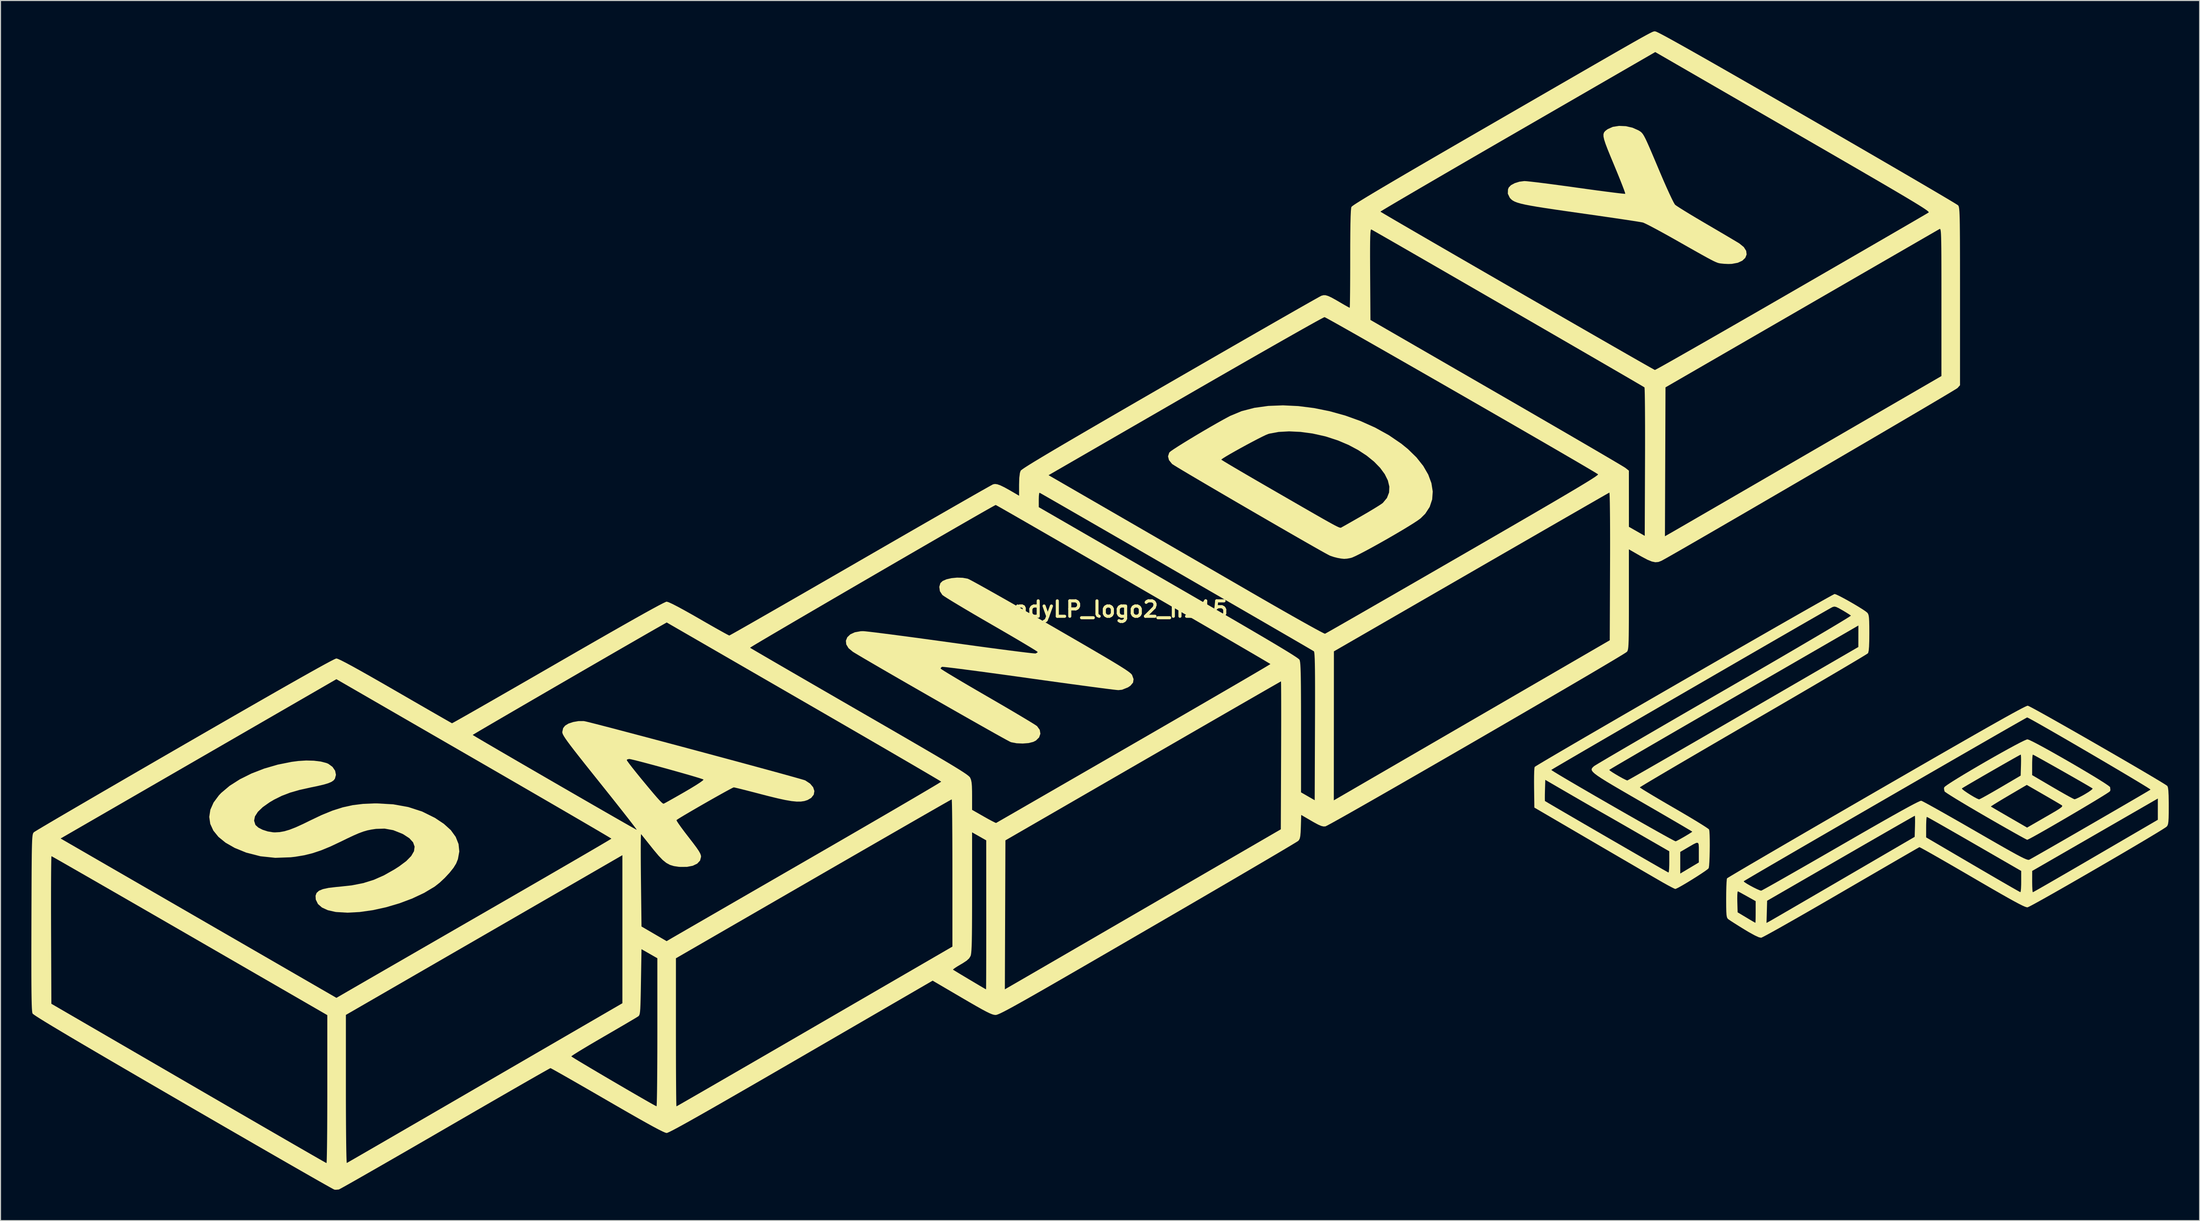
<source format=kicad_pcb>
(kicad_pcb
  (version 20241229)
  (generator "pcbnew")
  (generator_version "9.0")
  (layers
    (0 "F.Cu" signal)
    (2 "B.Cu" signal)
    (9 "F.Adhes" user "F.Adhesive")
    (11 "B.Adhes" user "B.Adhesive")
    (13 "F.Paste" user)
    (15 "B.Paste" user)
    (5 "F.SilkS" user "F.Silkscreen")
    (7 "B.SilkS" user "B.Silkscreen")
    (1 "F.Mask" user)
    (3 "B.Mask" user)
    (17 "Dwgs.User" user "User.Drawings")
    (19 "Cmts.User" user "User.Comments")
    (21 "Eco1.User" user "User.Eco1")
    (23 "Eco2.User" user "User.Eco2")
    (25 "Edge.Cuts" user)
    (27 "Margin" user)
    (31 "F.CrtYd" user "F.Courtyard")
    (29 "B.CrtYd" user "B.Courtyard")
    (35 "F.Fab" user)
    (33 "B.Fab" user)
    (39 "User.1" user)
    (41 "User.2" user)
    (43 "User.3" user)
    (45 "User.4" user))
  (footprint "SandyLP_logo2_h115"
    (layer "F.Cu")
    (at 104.555 56.225)
    (property "Reference" "SandyLP_logo2_h115" (at 0 0 0) (layer "F.SilkS") (effects (font (size 1.5 1.5) (thickness 0.3))))
    (attr board_only exclude_from_pos_files exclude_from_bom)
    (fp_poly (pts (xy 50.502 -47) (xy 51.153 -46.851) (xy 51.712 -46.603) (xy 51.843 -46.526) (xy 51.955 -46.449) (xy 52.059 -46.354) (xy 52.165 -46.221) (xy 52.282 -46.031) (xy 52.421 -45.763) (xy 52.591 -45.399) (xy 52.804 -44.918) (xy 53.069 -44.301) (xy 53.396 -43.53) (xy 53.795 -42.583) (xy 53.826 -42.51) (xy 54.146 -41.761) (xy 54.451 -41.068) (xy 54.729 -40.456) (xy 54.967 -39.953) (xy 55.152 -39.586) (xy 55.273 -39.382) (xy 55.293 -39.357) (xy 55.443 -39.246) (xy 55.752 -39.045) (xy 56.194 -38.768) (xy 56.745 -38.431) (xy 57.38 -38.051) (xy 58.074 -37.641) (xy 58.292 -37.513) (xy 59.014 -37.09) (xy 59.698 -36.688) (xy 60.319 -36.323) (xy 60.846 -36.01) (xy 61.253 -35.767) (xy 61.512 -35.611) (xy 61.549 -35.587) (xy 61.976 -35.238) (xy 62.206 -34.874) (xy 62.25 -34.518) (xy 62.12 -34.19) (xy 61.83 -33.913) (xy 61.389 -33.711) (xy 60.811 -33.603) (xy 60.475 -33.592) (xy 60.068 -33.61) (xy 59.711 -33.645) (xy 59.515 -33.683) (xy 59.382 -33.727) (xy 59.227 -33.791) (xy 59.03 -33.883) (xy 58.771 -34.015) (xy 58.432 -34.196) (xy 57.994 -34.438) (xy 57.436 -34.75) (xy 56.741 -35.142) (xy 55.888 -35.626) (xy 55.476 -35.86) (xy 54.742 -36.274) (xy 54.049 -36.657) (xy 53.426 -36.996) (xy 52.897 -37.276) (xy 52.489 -37.483) (xy 52.227 -37.604) (xy 52.164 -37.627) (xy 51.986 -37.661) (xy 51.618 -37.722) (xy 51.082 -37.806) (xy 50.399 -37.91) (xy 49.589 -38.03) (xy 48.674 -38.164) (xy 47.675 -38.309) (xy 46.612 -38.461) (xy 46.115 -38.531) (xy 44.783 -38.721) (xy 43.644 -38.886) (xy 42.682 -39.03) (xy 41.881 -39.156) (xy 41.225 -39.27) (xy 40.695 -39.373) (xy 40.276 -39.47) (xy 39.951 -39.565) (xy 39.703 -39.66) (xy 39.515 -39.76) (xy 39.371 -39.869) (xy 39.255 -39.99) (xy 39.212 -40.042) (xy 39.027 -40.432) (xy 39.042 -40.85) (xy 39.118 -41.039) (xy 39.337 -41.263) (xy 39.703 -41.459) (xy 40.153 -41.599) (xy 40.621 -41.658) (xy 40.651 -41.659) (xy 40.867 -41.645) (xy 41.27 -41.603) (xy 41.833 -41.538) (xy 42.532 -41.451) (xy 43.344 -41.346) (xy 44.242 -41.226) (xy 45.202 -41.095) (xy 45.786 -41.013) (xy 46.75 -40.879) (xy 47.648 -40.756) (xy 48.458 -40.649) (xy 49.16 -40.559) (xy 49.73 -40.489) (xy 50.148 -40.442) (xy 50.392 -40.42) (xy 50.447 -40.422) (xy 50.423 -40.531) (xy 50.326 -40.81) (xy 50.165 -41.234) (xy 49.951 -41.778) (xy 49.693 -42.415) (xy 49.402 -43.12) (xy 49.363 -43.214) (xy 49.008 -44.068) (xy 48.73 -44.751) (xy 48.528 -45.283) (xy 48.396 -45.69) (xy 48.33 -45.995) (xy 48.327 -46.219) (xy 48.382 -46.388) (xy 48.491 -46.523) (xy 48.65 -46.649) (xy 48.75 -46.717) (xy 49.241 -46.935) (xy 49.845 -47.028)) (stroke (width 0) (type solid)) (fill yes) (layer "F.SilkS"))
    (fp_poly (pts (xy -77.075 14.73) (xy -76.402 14.813) (xy -75.859 14.955) (xy -75.672 15.036) (xy -75.268 15.332) (xy -75.016 15.701) (xy -74.934 16.102) (xy -75.034 16.479) (xy -75.16 16.642) (xy -75.368 16.786) (xy -75.684 16.92) (xy -76.136 17.055) (xy -76.75 17.199) (xy -77.388 17.33) (xy -78.47 17.57) (xy -79.389 17.835) (xy -80.197 18.144) (xy -80.944 18.514) (xy -81.377 18.769) (xy -82.048 19.242) (xy -82.527 19.703) (xy -82.811 20.146) (xy -82.895 20.564) (xy -82.775 20.951) (xy -82.74 21.004) (xy -82.477 21.239) (xy -82.067 21.448) (xy -81.574 21.608) (xy -81.063 21.693) (xy -80.869 21.702) (xy -80.42 21.677) (xy -79.958 21.595) (xy -79.448 21.445) (xy -78.855 21.214) (xy -78.144 20.891) (xy -77.484 20.566) (xy -76.318 20.011) (xy -75.265 19.582) (xy -74.277 19.268) (xy -73.307 19.054) (xy -72.306 18.931) (xy -71.228 18.884) (xy -70.939 18.883) (xy -69.358 18.974) (xy -67.897 19.238) (xy -66.548 19.677) (xy -65.306 20.293) (xy -64.438 20.874) (xy -63.765 21.482) (xy -63.289 22.14) (xy -63.012 22.837) (xy -62.939 23.562) (xy -63.073 24.303) (xy -63.246 24.734) (xy -63.501 25.147) (xy -63.883 25.627) (xy -64.345 26.124) (xy -64.838 26.587) (xy -65.314 26.962) (xy -65.357 26.992) (xy -66.37 27.596) (xy -67.518 28.136) (xy -68.759 28.602) (xy -70.051 28.984) (xy -71.353 29.27) (xy -72.623 29.45) (xy -73.82 29.514) (xy -74.902 29.451) (xy -75.009 29.436) (xy -75.732 29.271) (xy -76.296 29.012) (xy -76.686 28.67) (xy -76.89 28.253) (xy -76.899 28.209) (xy -76.918 27.866) (xy -76.82 27.593) (xy -76.587 27.381) (xy -76.2 27.22) (xy -75.643 27.101) (xy -74.897 27.014) (xy -74.657 26.994) (xy -73.398 26.857) (xy -72.286 26.639) (xy -71.262 26.321) (xy -70.269 25.883) (xy -69.249 25.306) (xy -68.796 25.015) (xy -68.102 24.498) (xy -67.618 24.005) (xy -67.346 23.536) (xy -67.285 23.09) (xy -67.436 22.668) (xy -67.797 22.271) (xy -68.369 21.898) (xy -68.495 21.833) (xy -69.361 21.488) (xy -70.205 21.335) (xy -71.039 21.362) (xy -71.478 21.426) (xy -71.876 21.507) (xy -72.273 21.622) (xy -72.709 21.783) (xy -73.222 22.005) (xy -73.853 22.302) (xy -74.446 22.592) (xy -75.471 23.076) (xy -76.377 23.45) (xy -77.215 23.73) (xy -78.036 23.932) (xy -78.892 24.074) (xy -79.338 24.125) (xy -80.837 24.178) (xy -82.279 24.026) (xy -83.663 23.67) (xy -84.782 23.213) (xy -85.669 22.706) (xy -86.362 22.141) (xy -86.859 21.528) (xy -87.158 20.877) (xy -87.255 20.198) (xy -87.149 19.502) (xy -86.837 18.798) (xy -86.317 18.098) (xy -86.093 17.863) (xy -85.275 17.173) (xy -84.282 16.539) (xy -83.15 15.975) (xy -81.911 15.495) (xy -80.6 15.113) (xy -79.251 14.843) (xy -78.606 14.758) (xy -77.827 14.71)) (stroke (width 0) (type solid)) (fill yes) (layer "F.SilkS"))
    (fp_poly (pts (xy 18.654 -19.77) (xy 20.177 -19.577) (xy 21.71 -19.267) (xy 23.228 -18.844) (xy 24.707 -18.312) (xy 26.123 -17.677) (xy 27.45 -16.943) (xy 28.665 -16.114) (xy 29.309 -15.591) (xy 30.142 -14.778) (xy 30.803 -13.945) (xy 31.289 -13.104) (xy 31.597 -12.271) (xy 31.725 -11.46) (xy 31.67 -10.685) (xy 31.429 -9.961) (xy 31 -9.3) (xy 30.548 -8.851) (xy 30.282 -8.655) (xy 29.87 -8.383) (xy 29.34 -8.052) (xy 28.72 -7.677) (xy 28.038 -7.276) (xy 27.323 -6.862) (xy 26.602 -6.454) (xy 25.904 -6.066) (xy 25.256 -5.714) (xy 24.687 -5.416) (xy 24.226 -5.186) (xy 23.899 -5.04) (xy 23.774 -4.999) (xy 23.4 -4.927) (xy 23.11 -4.906) (xy 22.801 -4.937) (xy 22.473 -4.997) (xy 22.101 -5.091) (xy 21.755 -5.209) (xy 21.717 -5.225) (xy 21.537 -5.317) (xy 21.194 -5.504) (xy 20.706 -5.777) (xy 20.089 -6.127) (xy 19.361 -6.542) (xy 18.539 -7.013) (xy 17.639 -7.531) (xy 16.678 -8.086) (xy 15.674 -8.667) (xy 14.643 -9.264) (xy 13.603 -9.869) (xy 12.57 -10.47) (xy 11.561 -11.059) (xy 10.594 -11.625) (xy 9.685 -12.158) (xy 8.851 -12.649) (xy 8.109 -13.087) (xy 7.477 -13.463) (xy 6.971 -13.767) (xy 6.608 -13.99) (xy 6.405 -14.12) (xy 6.371 -14.145) (xy 6.076 -14.512) (xy 6.063 -14.56) (xy 11.163 -14.56) (xy 11.252 -14.498) (xy 11.507 -14.34) (xy 11.91 -14.098) (xy 12.443 -13.782) (xy 13.089 -13.402) (xy 13.829 -12.97) (xy 14.646 -12.495) (xy 15.485 -12.009) (xy 16.804 -11.247) (xy 17.952 -10.585) (xy 18.939 -10.015) (xy 19.78 -9.531) (xy 20.486 -9.126) (xy 21.069 -8.793) (xy 21.542 -8.527) (xy 21.917 -8.319) (xy 22.207 -8.164) (xy 22.423 -8.055) (xy 22.579 -7.984) (xy 22.687 -7.946) (xy 22.758 -7.934) (xy 22.805 -7.94) (xy 22.842 -7.959) (xy 22.879 -7.983) (xy 22.891 -7.99) (xy 23.052 -8.078) (xy 23.363 -8.254) (xy 23.792 -8.498) (xy 24.305 -8.791) (xy 24.869 -9.115) (xy 25.437 -9.445) (xy 25.955 -9.756) (xy 26.39 -10.024) (xy 26.708 -10.229) (xy 26.872 -10.349) (xy 27.271 -10.83) (xy 27.478 -11.363) (xy 27.505 -11.935) (xy 27.361 -12.534) (xy 27.058 -13.147) (xy 26.607 -13.762) (xy 26.018 -14.366) (xy 25.302 -14.947) (xy 24.47 -15.493) (xy 23.534 -15.991) (xy 22.503 -16.428) (xy 21.389 -16.792) (xy 21.227 -16.836) (xy 20.046 -17.099) (xy 18.877 -17.257) (xy 17.759 -17.31) (xy 16.735 -17.254) (xy 15.846 -17.089) (xy 15.729 -17.056) (xy 15.513 -16.969) (xy 15.164 -16.803) (xy 14.712 -16.575) (xy 14.19 -16.302) (xy 13.628 -16.002) (xy 13.057 -15.691) (xy 12.51 -15.386) (xy 12.016 -15.105) (xy 11.608 -14.865) (xy 11.316 -14.683) (xy 11.173 -14.575) (xy 11.163 -14.56) (xy 6.063 -14.56) (xy 5.982 -14.878) (xy 6.093 -15.227) (xy 6.127 -15.275) (xy 6.263 -15.389) (xy 6.557 -15.591) (xy 6.982 -15.866) (xy 7.511 -16.197) (xy 8.118 -16.568) (xy 8.775 -16.964) (xy 9.456 -17.367) (xy 10.134 -17.762) (xy 10.782 -18.133) (xy 11.373 -18.463) (xy 11.879 -18.737) (xy 12.031 -18.816) (xy 13.141 -19.278) (xy 14.383 -19.6) (xy 15.732 -19.786) (xy 17.164 -19.841)) (stroke (width 0) (type solid)) (fill yes) (layer "F.SilkS"))
    (fp_poly (pts (xy -13.983 -3.065) (xy -13.497 -2.977) (xy -13.35 -2.909) (xy -13.033 -2.742) (xy -12.56 -2.484) (xy -11.947 -2.144) (xy -11.208 -1.73) (xy -10.356 -1.249) (xy -9.406 -0.71) (xy -8.373 -0.12) (xy -7.271 0.511) (xy -6.113 1.177) (xy -5.42 1.577) (xy -4.028 2.382) (xy -2.809 3.088) (xy -1.752 3.702) (xy -0.845 4.233) (xy -0.076 4.685) (xy 0.565 5.067) (xy 1.091 5.386) (xy 1.513 5.649) (xy 1.843 5.861) (xy 2.091 6.032) (xy 2.27 6.167) (xy 2.391 6.273) (xy 2.465 6.359) (xy 2.488 6.395) (xy 2.632 6.792) (xy 2.583 7.13) (xy 2.331 7.43) (xy 2.089 7.595) (xy 1.51 7.826) (xy 1.16 7.863) (xy 0.982 7.848) (xy 0.61 7.806) (xy 0.063 7.738) (xy -0.644 7.647) (xy -1.492 7.535) (xy -2.466 7.404) (xy -3.547 7.258) (xy -4.718 7.097) (xy -5.964 6.925) (xy -7.266 6.743) (xy -7.577 6.699) (xy -8.881 6.517) (xy -10.125 6.345) (xy -11.293 6.186) (xy -12.37 6.041) (xy -13.338 5.913) (xy -14.182 5.803) (xy -14.886 5.715) (xy -15.432 5.649) (xy -15.806 5.609) (xy -15.989 5.596) (xy -16.004 5.598) (xy -16.123 5.709) (xy -16.125 5.772) (xy -16.028 5.846) (xy -15.765 6.015) (xy -15.352 6.269) (xy -14.809 6.596) (xy -14.152 6.987) (xy -13.4 7.43) (xy -12.57 7.915) (xy -11.68 8.432) (xy -11.543 8.511) (xy -10.637 9.037) (xy -9.781 9.536) (xy -8.994 9.999) (xy -8.295 10.414) (xy -7.703 10.769) (xy -7.236 11.053) (xy -6.914 11.256) (xy -6.756 11.365) (xy -6.75 11.371) (xy -6.492 11.729) (xy -6.43 12.106) (xy -6.555 12.464) (xy -6.857 12.763) (xy -7.119 12.899) (xy -7.58 13.015) (xy -8.152 13.059) (xy -8.744 13.033) (xy -9.267 12.933) (xy -9.299 12.923) (xy -9.44 12.855) (xy -9.747 12.691) (xy -10.205 12.439) (xy -10.796 12.11) (xy -11.502 11.713) (xy -12.308 11.258) (xy -13.196 10.755) (xy -14.148 10.214) (xy -15.149 9.644) (xy -16.182 9.054) (xy -17.228 8.456) (xy -18.271 7.857) (xy -19.295 7.269) (xy -20.282 6.7) (xy -21.215 6.161) (xy -22.077 5.661) (xy -22.852 5.21) (xy -23.522 4.818) (xy -24.07 4.494) (xy -24.48 4.248) (xy -24.671 4.13) (xy -25.087 3.784) (xy -25.308 3.418) (xy -25.345 3.056) (xy -25.211 2.722) (xy -24.918 2.44) (xy -24.477 2.236) (xy -23.902 2.133) (xy -23.681 2.126) (xy -23.481 2.14) (xy -23.09 2.182) (xy -22.523 2.249) (xy -21.799 2.34) (xy -20.936 2.45) (xy -19.952 2.579) (xy -18.863 2.724) (xy -17.689 2.883) (xy -16.446 3.053) (xy -15.152 3.232) (xy -15.084 3.242) (xy -13.801 3.419) (xy -12.576 3.587) (xy -11.427 3.742) (xy -10.37 3.882) (xy -9.421 4.006) (xy -8.598 4.111) (xy -7.917 4.195) (xy -7.394 4.255) (xy -7.046 4.29) (xy -6.891 4.298) (xy -6.886 4.297) (xy -6.726 4.207) (xy -6.695 4.149) (xy -6.785 4.08) (xy -7.041 3.916) (xy -7.446 3.668) (xy -7.983 3.346) (xy -8.633 2.96) (xy -9.379 2.522) (xy -10.204 2.042) (xy -11.089 1.53) (xy -11.186 1.474) (xy -12.089 0.952) (xy -12.943 0.453) (xy -13.729 -0.011) (xy -14.428 -0.428) (xy -15.021 -0.786) (xy -15.487 -1.075) (xy -15.808 -1.282) (xy -15.965 -1.396) (xy -15.968 -1.398) (xy -16.203 -1.761) (xy -16.262 -2.18) (xy -16.157 -2.545) (xy -15.939 -2.753) (xy -15.562 -2.918) (xy -15.076 -3.03) (xy -14.533 -3.082)) (stroke (width 0) (type solid)) (fill yes) (layer "F.SilkS"))
    (fp_poly (pts (xy 89.722 12.706) (xy 90.039 12.855) (xy 90.489 13.087) (xy 91.048 13.387) (xy 91.691 13.741) (xy 92.395 14.137) (xy 93.137 14.559) (xy 93.893 14.995) (xy 94.638 15.431) (xy 95.349 15.853) (xy 96.003 16.246) (xy 96.576 16.599) (xy 97.044 16.895) (xy 97.382 17.123) (xy 97.569 17.268) (xy 97.596 17.301) (xy 97.627 17.586) (xy 97.586 17.701) (xy 97.478 17.786) (xy 97.209 17.963) (xy 96.801 18.218) (xy 96.279 18.537) (xy 95.666 18.907) (xy 94.984 19.314) (xy 94.257 19.744) (xy 93.508 20.185) (xy 92.761 20.621) (xy 92.039 21.04) (xy 91.365 21.427) (xy 90.762 21.77) (xy 90.254 22.054) (xy 89.864 22.266) (xy 89.615 22.392) (xy 89.535 22.423) (xy 89.423 22.371) (xy 89.146 22.224) (xy 88.725 21.992) (xy 88.179 21.686) (xy 87.527 21.317) (xy 86.789 20.897) (xy 85.985 20.435) (xy 85.514 20.163) (xy 84.68 19.678) (xy 83.901 19.22) (xy 83.843 19.185) (xy 86 19.185) (xy 86 19.186) (xy 86.097 19.246) (xy 86.349 19.395) (xy 86.728 19.617) (xy 87.204 19.894) (xy 87.748 20.209) (xy 87.777 20.226) (xy 89.523 21.237) (xy 90.015 20.954) (xy 90.294 20.793) (xy 90.704 20.557) (xy 91.195 20.274) (xy 91.713 19.975) (xy 91.792 19.929) (xy 92.304 19.63) (xy 92.651 19.413) (xy 92.856 19.263) (xy 92.941 19.161) (xy 92.929 19.091) (xy 92.901 19.068) (xy 92.755 18.977) (xy 92.457 18.8) (xy 92.043 18.557) (xy 91.547 18.268) (xy 91.11 18.016) (xy 89.495 17.085) (xy 87.732 18.121) (xy 87.188 18.443) (xy 86.716 18.727) (xy 86.342 18.957) (xy 86.094 19.115) (xy 86 19.185) (xy 83.843 19.185) (xy 83.199 18.801) (xy 82.591 18.433) (xy 82.099 18.127) (xy 81.741 17.897) (xy 81.537 17.754) (xy 81.498 17.717) (xy 81.441 17.461) (xy 81.445 17.429) (xy 83.181 17.429) (xy 83.232 17.507) (xy 83.421 17.658) (xy 83.704 17.853) (xy 84.033 18.063) (xy 84.362 18.258) (xy 84.644 18.408) (xy 84.832 18.485) (xy 84.862 18.49) (xy 84.981 18.438) (xy 85.255 18.294) (xy 85.654 18.073) (xy 86.152 17.79) (xy 86.719 17.461) (xy 86.934 17.336) (xy 88.9 16.18) (xy 88.93 15.157) (xy 88.931 15.134) (xy 90.016 15.134) (xy 90.016 16.133) (xy 92.009 17.302) (xy 92.6 17.646) (xy 93.135 17.951) (xy 93.584 18.201) (xy 93.918 18.38) (xy 94.11 18.472) (xy 94.139 18.481) (xy 94.287 18.436) (xy 94.568 18.304) (xy 94.934 18.111) (xy 95.13 18) (xy 95.49 17.78) (xy 95.756 17.593) (xy 95.89 17.466) (xy 95.895 17.432) (xy 95.778 17.356) (xy 95.506 17.195) (xy 95.107 16.962) (xy 94.607 16.674) (xy 94.034 16.346) (xy 93.416 15.994) (xy 92.779 15.632) (xy 92.151 15.277) (xy 91.56 14.945) (xy 91.032 14.649) (xy 90.596 14.407) (xy 90.278 14.233) (xy 90.105 14.144) (xy 90.083 14.135) (xy 90.054 14.233) (xy 90.031 14.498) (xy 90.018 14.882) (xy 90.016 15.134) (xy 88.931 15.134) (xy 88.938 14.721) (xy 88.934 14.377) (xy 88.919 14.172) (xy 88.906 14.135) (xy 88.804 14.186) (xy 88.545 14.328) (xy 88.157 14.545) (xy 87.668 14.823) (xy 87.104 15.144) (xy 86.494 15.494) (xy 85.864 15.856) (xy 85.241 16.215) (xy 84.654 16.556) (xy 84.129 16.861) (xy 83.694 17.117) (xy 83.376 17.306) (xy 83.203 17.413) (xy 83.181 17.429) (xy 81.445 17.429) (xy 81.459 17.327) (xy 81.566 17.223) (xy 81.836 17.031) (xy 82.246 16.763) (xy 82.772 16.435) (xy 83.39 16.059) (xy 84.077 15.649) (xy 84.81 15.219) (xy 85.565 14.781) (xy 86.318 14.351) (xy 87.047 13.941) (xy 87.727 13.564) (xy 88.335 13.235) (xy 88.847 12.967) (xy 89.241 12.773) (xy 89.492 12.667) (xy 89.561 12.652)) (stroke (width 0) (type solid)) (fill yes) (layer "F.SilkS"))
    (fp_poly (pts (xy 70.971 -1.435) (xy 71.275 -1.291) (xy 71.679 -1.08) (xy 72.144 -0.824) (xy 72.63 -0.545) (xy 73.097 -0.267) (xy 73.506 -0.012) (xy 73.817 0.197) (xy 73.99 0.337) (xy 73.995 0.342) (xy 74.065 0.447) (xy 74.115 0.598) (xy 74.148 0.829) (xy 74.168 1.173) (xy 74.178 1.663) (xy 74.181 2.33) (xy 74.175 3.081) (xy 74.155 3.636) (xy 74.122 4.014) (xy 74.073 4.23) (xy 74.048 4.276) (xy 73.941 4.351) (xy 73.661 4.525) (xy 73.22 4.792) (xy 72.629 5.145) (xy 71.9 5.578) (xy 71.044 6.084) (xy 70.073 6.655) (xy 68.997 7.286) (xy 67.83 7.969) (xy 66.581 8.699) (xy 65.262 9.467) (xy 63.885 10.268) (xy 62.889 10.846) (xy 61.481 11.663) (xy 60.125 12.452) (xy 58.833 13.205) (xy 57.615 13.916) (xy 56.483 14.578) (xy 55.449 15.184) (xy 54.522 15.729) (xy 53.715 16.205) (xy 53.04 16.605) (xy 52.506 16.924) (xy 52.126 17.154) (xy 51.91 17.29) (xy 51.863 17.325) (xy 51.952 17.394) (xy 52.204 17.558) (xy 52.601 17.801) (xy 53.12 18.114) (xy 53.741 18.482) (xy 54.445 18.895) (xy 55.2 19.333) (xy 55.968 19.78) (xy 56.677 20.199) (xy 57.306 20.577) (xy 57.834 20.903) (xy 58.24 21.161) (xy 58.503 21.34) (xy 58.601 21.426) (xy 58.631 21.613) (xy 58.651 21.963) (xy 58.662 22.431) (xy 58.665 22.97) (xy 58.659 23.536) (xy 58.646 24.083) (xy 58.626 24.567) (xy 58.6 24.942) (xy 58.567 25.162) (xy 58.557 25.19) (xy 58.439 25.3) (xy 58.175 25.492) (xy 57.802 25.743) (xy 57.358 26.03) (xy 56.881 26.329) (xy 56.408 26.618) (xy 55.975 26.872) (xy 55.622 27.069) (xy 55.385 27.185) (xy 55.313 27.207) (xy 55.185 27.157) (xy 54.913 27.02) (xy 54.537 26.819) (xy 54.097 26.573) (xy 54.094 26.571) (xy 53.8 26.402) (xy 53.342 26.137) (xy 52.741 25.788) (xy 52.016 25.367) (xy 51.188 24.884) (xy 50.276 24.353) (xy 49.3 23.784) (xy 48.28 23.189) (xy 47.293 22.612) (xy 41.607 19.289) (xy 41.595 18.397) (xy 42.627 18.397) (xy 42.632 18.609) (xy 42.639 18.65) (xy 42.75 18.719) (xy 43.024 18.882) (xy 43.443 19.129) (xy 43.988 19.448) (xy 44.641 19.829) (xy 45.383 20.261) (xy 46.195 20.734) (xy 47.059 21.235) (xy 47.956 21.755) (xy 48.866 22.283) (xy 49.772 22.807) (xy 50.655 23.318) (xy 51.496 23.804) (xy 52.277 24.254) (xy 52.978 24.658) (xy 53.581 25.004) (xy 54.068 25.283) (xy 54.419 25.482) (xy 54.616 25.592) (xy 54.653 25.61) (xy 54.686 25.513) (xy 54.712 25.248) (xy 54.727 24.861) (xy 54.729 24.576) (xy 54.727 23.603) (xy 55.795 23.603) (xy 55.795 24.656) (xy 55.795 25.709) (xy 56.698 25.169) (xy 57.602 24.629) (xy 57.602 23.622) (xy 57.603 23.156) (xy 57.584 22.86) (xy 57.513 22.719) (xy 57.359 22.719) (xy 57.089 22.848) (xy 56.67 23.091) (xy 56.532 23.172) (xy 55.795 23.603) (xy 54.727 23.603) (xy 54.726 23.54) (xy 51.683 21.787) (xy 50.918 21.346) (xy 50.181 20.922) (xy 49.502 20.532) (xy 48.908 20.192) (xy 48.427 19.917) (xy 48.088 19.724) (xy 47.977 19.661) (xy 47.698 19.502) (xy 47.269 19.257) (xy 46.726 18.944) (xy 46.104 18.585) (xy 45.436 18.198) (xy 44.992 17.941) (xy 42.67 16.592) (xy 42.639 17.609) (xy 42.629 18.048) (xy 42.627 18.397) (xy 41.595 18.397) (xy 41.581 17.376) (xy 41.577 16.754) (xy 41.581 16.203) (xy 41.593 15.759) (xy 41.602 15.626) (xy 43.255 15.626) (xy 43.344 15.694) (xy 43.6 15.856) (xy 44.003 16.101) (xy 44.535 16.418) (xy 45.178 16.797) (xy 45.912 17.227) (xy 46.72 17.696) (xy 47.581 18.196) (xy 48.478 18.713) (xy 49.392 19.239) (xy 50.304 19.762) (xy 51.196 20.271) (xy 52.048 20.756) (xy 52.843 21.206) (xy 53.561 21.61) (xy 54.183 21.957) (xy 54.692 22.238) (xy 55.068 22.44) (xy 55.293 22.553) (xy 55.35 22.574) (xy 55.504 22.503) (xy 55.785 22.353) (xy 56.14 22.152) (xy 56.227 22.101) (xy 56.569 21.897) (xy 56.827 21.735) (xy 56.957 21.643) (xy 56.964 21.634) (xy 56.875 21.575) (xy 56.618 21.421) (xy 56.212 21.18) (xy 55.672 20.863) (xy 55.016 20.48) (xy 54.261 20.04) (xy 53.424 19.554) (xy 52.521 19.032) (xy 52.126 18.803) (xy 51.008 18.157) (xy 50.062 17.608) (xy 49.275 17.146) (xy 48.634 16.762) (xy 48.128 16.446) (xy 47.744 16.189) (xy 47.469 15.982) (xy 47.291 15.815) (xy 47.197 15.679) (xy 47.186 15.625) (xy 48.89 15.625) (xy 48.974 15.707) (xy 49.196 15.859) (xy 49.507 16.051) (xy 49.856 16.256) (xy 50.193 16.443) (xy 50.469 16.583) (xy 50.634 16.649) (xy 50.652 16.65) (xy 50.757 16.595) (xy 51.034 16.44) (xy 51.473 16.192) (xy 52.061 15.856) (xy 52.789 15.439) (xy 53.643 14.948) (xy 54.613 14.389) (xy 55.688 13.769) (xy 56.856 13.095) (xy 58.106 12.372) (xy 59.426 11.608) (xy 60.806 10.808) (xy 61.941 10.149) (xy 73.114 3.667) (xy 73.116 2.622) (xy 73.118 1.577) (xy 72.6 1.878) (xy 72.444 1.968) (xy 72.116 2.158) (xy 71.627 2.44) (xy 70.988 2.809) (xy 70.212 3.257) (xy 69.311 3.778) (xy 68.295 4.365) (xy 67.176 5.011) (xy 65.967 5.71) (xy 64.678 6.454) (xy 63.322 7.237) (xy 61.909 8.053) (xy 60.487 8.874) (xy 59.042 9.709) (xy 57.649 10.515) (xy 56.318 11.285) (xy 55.062 12.013) (xy 53.89 12.693) (xy 52.814 13.318) (xy 51.845 13.882) (xy 50.994 14.379) (xy 50.272 14.801) (xy 49.689 15.143) (xy 49.257 15.399) (xy 48.987 15.561) (xy 48.89 15.624) (xy 48.89 15.625) (xy 47.186 15.625) (xy 47.175 15.565) (xy 47.212 15.463) (xy 47.296 15.363) (xy 47.411 15.259) (xy 47.533 15.18) (xy 47.828 15.001) (xy 48.286 14.729) (xy 48.894 14.369) (xy 49.644 13.929) (xy 50.522 13.415) (xy 51.52 12.833) (xy 52.625 12.189) (xy 53.827 11.49) (xy 55.115 10.742) (xy 56.478 9.952) (xy 57.905 9.126) (xy 59.385 8.269) (xy 60.075 7.871) (xy 61.59 6.994) (xy 63.048 6.149) (xy 64.439 5.341) (xy 65.751 4.576) (xy 66.976 3.86) (xy 68.102 3.199) (xy 69.121 2.6) (xy 70.02 2.068) (xy 70.791 1.609) (xy 71.422 1.229) (xy 71.904 0.935) (xy 72.227 0.732) (xy 72.38 0.626) (xy 72.391 0.612) (xy 72.261 0.518) (xy 71.998 0.351) (xy 71.653 0.143) (xy 71.568 0.094) (xy 71.195 -0.118) (xy 70.949 -0.232) (xy 70.778 -0.264) (xy 70.628 -0.227) (xy 70.556 -0.194) (xy 70.403 -0.11) (xy 70.082 0.071) (xy 69.607 0.342) (xy 68.989 0.697) (xy 68.24 1.127) (xy 67.374 1.625) (xy 66.402 2.186) (xy 65.337 2.8) (xy 64.191 3.462) (xy 62.976 4.164) (xy 61.705 4.899) (xy 60.391 5.66) (xy 59.044 6.439) (xy 57.679 7.23) (xy 56.306 8.025) (xy 54.939 8.817) (xy 53.59 9.6) (xy 52.271 10.365) (xy 50.994 11.106) (xy 49.772 11.816) (xy 48.617 12.487) (xy 47.542 13.113) (xy 46.558 13.685) (xy 45.679 14.198) (xy 44.916 14.643) (xy 44.282 15.015) (xy 43.789 15.304) (xy 43.449 15.506) (xy 43.276 15.611) (xy 43.255 15.626) (xy 41.602 15.626) (xy 41.613 15.458) (xy 41.635 15.34) (xy 41.737 15.269) (xy 42.012 15.1) (xy 42.447 14.839) (xy 43.03 14.493) (xy 43.749 14.07) (xy 44.593 13.576) (xy 45.549 13.017) (xy 46.604 12.402) (xy 47.748 11.738) (xy 48.967 11.03) (xy 50.251 10.285) (xy 51.586 9.512) (xy 52.961 8.717) (xy 54.364 7.906) (xy 55.783 7.087) (xy 57.206 6.267) (xy 58.62 5.452) (xy 60.013 4.65) (xy 61.375 3.867) (xy 62.692 3.111) (xy 63.952 2.388) (xy 65.144 1.705) (xy 66.255 1.07) (xy 67.274 0.489) (xy 68.188 -0.031) (xy 68.985 -0.483) (xy 69.654 -0.86) (xy 70.181 -1.155) (xy 70.556 -1.361) (xy 70.766 -1.471) (xy 70.808 -1.488)) (stroke (width 0) (type solid)) (fill yes) (layer "F.SilkS"))
    (fp_poly (pts (xy 89.591 9.378) (xy 89.726 9.437) (xy 90.026 9.593) (xy 90.473 9.835) (xy 91.05 10.154) (xy 91.738 10.538) (xy 92.519 10.979) (xy 93.375 11.464) (xy 94.288 11.984) (xy 95.241 12.529) (xy 96.214 13.088) (xy 97.19 13.651) (xy 98.152 14.207) (xy 99.08 14.745) (xy 99.957 15.257) (xy 100.765 15.73) (xy 101.486 16.156) (xy 102.102 16.523) (xy 102.595 16.82) (xy 102.946 17.039) (xy 103.138 17.168) (xy 103.168 17.193) (xy 103.223 17.346) (xy 103.263 17.653) (xy 103.288 18.131) (xy 103.299 18.797) (xy 103.3 19.138) (xy 103.298 19.807) (xy 103.288 20.297) (xy 103.268 20.641) (xy 103.234 20.872) (xy 103.184 21.024) (xy 103.114 21.128) (xy 102.987 21.224) (xy 102.693 21.413) (xy 102.251 21.687) (xy 101.679 22.033) (xy 100.995 22.443) (xy 100.218 22.904) (xy 99.364 23.408) (xy 98.453 23.943) (xy 97.502 24.498) (xy 96.53 25.064) (xy 95.554 25.63) (xy 94.592 26.185) (xy 93.664 26.719) (xy 92.785 27.222) (xy 91.976 27.682) (xy 91.253 28.09) (xy 90.636 28.434) (xy 90.141 28.705) (xy 89.787 28.892) (xy 89.593 28.985) (xy 89.567 28.993) (xy 89.466 28.982) (xy 89.296 28.923) (xy 89.043 28.81) (xy 88.696 28.634) (xy 88.24 28.39) (xy 87.663 28.07) (xy 86.952 27.667) (xy 86.095 27.174) (xy 85.077 26.584) (xy 84.206 26.076) (xy 83.258 25.524) (xy 82.365 25.006) (xy 81.543 24.532) (xy 80.81 24.111) (xy 80.182 23.754) (xy 79.676 23.47) (xy 79.309 23.268) (xy 79.098 23.158) (xy 79.053 23.14) (xy 78.951 23.197) (xy 78.678 23.352) (xy 78.25 23.598) (xy 77.679 23.928) (xy 76.98 24.332) (xy 76.166 24.804) (xy 75.251 25.335) (xy 74.249 25.917) (xy 73.174 26.542) (xy 72.039 27.202) (xy 71.448 27.546) (xy 70.284 28.223) (xy 69.168 28.868) (xy 68.115 29.474) (xy 67.14 30.033) (xy 66.255 30.536) (xy 65.477 30.976) (xy 64.817 31.344) (xy 64.292 31.633) (xy 63.915 31.834) (xy 63.701 31.939) (xy 63.659 31.954) (xy 63.431 31.903) (xy 63.036 31.722) (xy 62.474 31.412) (xy 62.012 31.135) (xy 61.515 30.829) (xy 61.072 30.549) (xy 61.012 30.511) (xy 64.183 30.511) (xy 64.479 30.351) (xy 64.617 30.273) (xy 64.924 30.096) (xy 65.384 29.83) (xy 65.983 29.482) (xy 66.705 29.063) (xy 67.537 28.579) (xy 68.461 28.041) (xy 69.465 27.457) (xy 70.532 26.836) (xy 71.648 26.185) (xy 71.683 26.165) (xy 78.591 22.138) (xy 78.619 21.191) (xy 79.707 21.191) (xy 79.707 22.19) (xy 84.25 24.853) (xy 85.147 25.378) (xy 85.987 25.868) (xy 86.755 26.314) (xy 87.431 26.705) (xy 87.998 27.032) (xy 88.439 27.283) (xy 88.735 27.449) (xy 88.868 27.519) (xy 88.873 27.521) (xy 88.907 27.424) (xy 88.933 27.16) (xy 88.949 26.775) (xy 88.951 26.489) (xy 90.018 26.489) (xy 90.024 26.929) (xy 90.04 27.277) (xy 90.065 27.485) (xy 90.084 27.526) (xy 90.185 27.473) (xy 90.454 27.323) (xy 90.876 27.083) (xy 91.436 26.762) (xy 92.117 26.369) (xy 92.905 25.913) (xy 93.785 25.404) (xy 94.74 24.849) (xy 95.756 24.257) (xy 96.195 24.001) (xy 102.238 20.477) (xy 102.238 19.443) (xy 102.238 18.409) (xy 96.129 21.931) (xy 90.021 25.453) (xy 90.018 26.489) (xy 88.951 26.489) (xy 88.95 25.453) (xy 84.393 22.823) (xy 83.495 22.305) (xy 82.652 21.821) (xy 81.884 21.38) (xy 81.207 20.994) (xy 80.641 20.672) (xy 80.201 20.425) (xy 79.907 20.262) (xy 79.776 20.194) (xy 79.772 20.192) (xy 79.744 20.291) (xy 79.722 20.556) (xy 79.709 20.94) (xy 79.707 21.191) (xy 78.619 21.191) (xy 78.622 21.112) (xy 78.63 20.675) (xy 78.628 20.33) (xy 78.616 20.124) (xy 78.604 20.086) (xy 78.506 20.138) (xy 78.239 20.288) (xy 77.816 20.529) (xy 77.251 20.851) (xy 76.558 21.248) (xy 75.752 21.711) (xy 74.847 22.232) (xy 73.856 22.802) (xy 72.794 23.415) (xy 71.675 24.061) (xy 71.4 24.22) (xy 64.244 28.353) (xy 64.214 29.432) (xy 64.183 30.511) (xy 61.012 30.511) (xy 60.72 30.322) (xy 60.495 30.169) (xy 60.445 30.131) (xy 60.376 30.051) (xy 60.327 29.924) (xy 60.293 29.72) (xy 60.273 29.405) (xy 60.263 28.949) (xy 60.26 28.32) (xy 60.26 28.146) (xy 61.339 28.146) (xy 61.344 28.439) (xy 61.374 29.48) (xy 62.225 29.99) (xy 62.597 30.212) (xy 62.892 30.385) (xy 63.069 30.485) (xy 63.101 30.501) (xy 63.113 30.402) (xy 63.122 30.136) (xy 63.127 29.748) (xy 63.128 29.446) (xy 63.128 28.391) (xy 62.307 27.932) (xy 61.929 27.722) (xy 61.622 27.553) (xy 61.432 27.452) (xy 61.399 27.436) (xy 61.366 27.518) (xy 61.345 27.769) (xy 61.339 28.146) (xy 60.26 28.146) (xy 60.26 28.138) (xy 60.265 27.529) (xy 60.278 26.99) (xy 60.297 26.559) (xy 60.306 26.462) (xy 61.961 26.462) (xy 62.051 26.552) (xy 62.28 26.702) (xy 62.597 26.885) (xy 62.948 27.071) (xy 63.28 27.233) (xy 63.54 27.343) (xy 63.669 27.372) (xy 63.785 27.316) (xy 64.071 27.16) (xy 64.513 26.914) (xy 65.097 26.585) (xy 65.809 26.181) (xy 66.635 25.71) (xy 67.562 25.18) (xy 68.574 24.6) (xy 69.658 23.976) (xy 70.801 23.317) (xy 71.418 22.961) (xy 72.934 22.086) (xy 74.273 21.317) (xy 75.439 20.651) (xy 76.44 20.085) (xy 77.278 19.616) (xy 77.96 19.242) (xy 78.492 18.958) (xy 78.878 18.763) (xy 79.123 18.653) (xy 79.231 18.625) (xy 79.366 18.685) (xy 79.666 18.843) (xy 80.114 19.087) (xy 80.693 19.409) (xy 81.385 19.798) (xy 82.173 20.245) (xy 83.038 20.738) (xy 83.962 21.27) (xy 84.483 21.57) (xy 85.589 22.208) (xy 86.525 22.747) (xy 87.308 23.193) (xy 87.95 23.554) (xy 88.467 23.839) (xy 88.873 24.054) (xy 89.182 24.208) (xy 89.408 24.307) (xy 89.567 24.361) (xy 89.672 24.376) (xy 89.731 24.364) (xy 89.871 24.288) (xy 90.172 24.119) (xy 90.615 23.867) (xy 91.182 23.543) (xy 91.853 23.159) (xy 92.609 22.724) (xy 93.432 22.25) (xy 94.301 21.749) (xy 95.198 21.23) (xy 96.105 20.706) (xy 97.001 20.187) (xy 97.868 19.684) (xy 98.687 19.209) (xy 99.439 18.771) (xy 100.105 18.383) (xy 100.665 18.055) (xy 101.101 17.799) (xy 101.393 17.625) (xy 101.523 17.544) (xy 101.527 17.541) (xy 101.45 17.479) (xy 101.206 17.321) (xy 100.816 17.08) (xy 100.296 16.764) (xy 99.666 16.386) (xy 98.944 15.956) (xy 98.149 15.485) (xy 97.299 14.983) (xy 96.412 14.462) (xy 95.508 13.932) (xy 94.603 13.404) (xy 93.718 12.888) (xy 92.87 12.397) (xy 92.077 11.94) (xy 91.359 11.528) (xy 90.734 11.172) (xy 90.22 10.883) (xy 89.835 10.672) (xy 89.599 10.549) (xy 89.531 10.521) (xy 89.43 10.573) (xy 89.158 10.725) (xy 88.727 10.969) (xy 88.15 11.297) (xy 87.438 11.704) (xy 86.604 12.182) (xy 85.661 12.724) (xy 84.62 13.323) (xy 83.495 13.971) (xy 82.296 14.661) (xy 81.037 15.388) (xy 79.729 16.142) (xy 78.386 16.918) (xy 77.019 17.707) (xy 75.641 18.504) (xy 74.263 19.301) (xy 72.899 20.09) (xy 71.561 20.865) (xy 70.26 21.619) (xy 69.009 22.344) (xy 67.821 23.033) (xy 66.707 23.68) (xy 65.681 24.277) (xy 64.753 24.817) (xy 63.937 25.293) (xy 63.245 25.697) (xy 62.69 26.024) (xy 62.282 26.265) (xy 62.035 26.413) (xy 61.961 26.462) (xy 60.306 26.462) (xy 60.321 26.274) (xy 60.342 26.176) (xy 60.442 26.11) (xy 60.716 25.943) (xy 61.154 25.681) (xy 61.746 25.331) (xy 62.483 24.897) (xy 63.355 24.387) (xy 64.351 23.804) (xy 65.462 23.156) (xy 66.677 22.448) (xy 67.988 21.686) (xy 69.384 20.875) (xy 70.854 20.022) (xy 72.39 19.132) (xy 73.981 18.211) (xy 74.874 17.695) (xy 76.92 16.513) (xy 78.788 15.435) (xy 80.484 14.458) (xy 82.014 13.579) (xy 83.385 12.793) (xy 84.601 12.098) (xy 85.67 11.49) (xy 86.596 10.967) (xy 87.385 10.524) (xy 88.044 10.159) (xy 88.579 9.868) (xy 88.994 9.648) (xy 89.297 9.495) (xy 89.493 9.406) (xy 89.588 9.378)) (stroke (width 0) (type solid)) (fill yes) (layer "F.SilkS"))
    (fp_poly (pts (xy 53.321 -56.223) (xy 53.357 -56.22) (xy 53.374 -56.22) (xy 53.49 -56.179) (xy 53.747 -56.055) (xy 54.147 -55.846) (xy 54.695 -55.55) (xy 55.392 -55.164) (xy 56.244 -54.688) (xy 57.253 -54.119) (xy 58.422 -53.456) (xy 59.756 -52.695) (xy 61.257 -51.836) (xy 62.929 -50.877) (xy 64.776 -49.815) (xy 66.8 -48.648) (xy 68.156 -47.865) (xy 69.777 -46.929) (xy 71.35 -46.019) (xy 72.863 -45.143) (xy 74.308 -44.304) (xy 75.674 -43.51) (xy 76.952 -42.767) (xy 78.131 -42.079) (xy 79.201 -41.453) (xy 80.152 -40.895) (xy 80.974 -40.411) (xy 81.658 -40.006) (xy 82.193 -39.687) (xy 82.57 -39.458) (xy 82.777 -39.327) (xy 82.816 -39.298) (xy 82.849 -39.25) (xy 82.879 -39.177) (xy 82.904 -39.065) (xy 82.925 -38.901) (xy 82.944 -38.671) (xy 82.959 -38.361) (xy 82.971 -37.956) (xy 82.981 -37.444) (xy 82.988 -36.811) (xy 82.994 -36.042) (xy 82.997 -35.123) (xy 83 -34.041) (xy 83.001 -32.782) (xy 83.002 -31.332) (xy 83.002 -30.442) (xy 83.002 -21.798) (xy 82.763 -21.53) (xy 82.654 -21.457) (xy 82.374 -21.285) (xy 81.935 -21.02) (xy 81.348 -20.67) (xy 80.625 -20.241) (xy 79.779 -19.741) (xy 78.822 -19.176) (xy 77.766 -18.555) (xy 76.622 -17.883) (xy 75.404 -17.168) (xy 74.123 -16.417) (xy 72.791 -15.638) (xy 71.42 -14.836) (xy 70.023 -14.019) (xy 68.611 -13.195) (xy 67.197 -12.37) (xy 65.793 -11.551) (xy 64.41 -10.746) (xy 63.062 -9.961) (xy 61.759 -9.203) (xy 60.514 -8.481) (xy 59.34 -7.799) (xy 58.248 -7.167) (xy 57.251 -6.591) (xy 56.36 -6.077) (xy 55.588 -5.633) (xy 54.946 -5.266) (xy 54.447 -4.983) (xy 54.103 -4.792) (xy 53.967 -4.718) (xy 53.675 -4.604) (xy 53.375 -4.578) (xy 53.029 -4.649) (xy 52.597 -4.827) (xy 52.043 -5.121) (xy 51.901 -5.201) (xy 50.8 -5.833) (xy 50.8 -0.962) (xy 50.8 0.188) (xy 50.798 1.145) (xy 50.793 1.927) (xy 50.786 2.553) (xy 50.776 3.041) (xy 50.761 3.411) (xy 50.742 3.682) (xy 50.717 3.872) (xy 50.685 4) (xy 50.647 4.085) (xy 50.614 4.131) (xy 50.497 4.215) (xy 50.208 4.397) (xy 49.759 4.671) (xy 49.161 5.03) (xy 48.428 5.466) (xy 47.571 5.973) (xy 46.603 6.544) (xy 45.534 7.171) (xy 44.378 7.848) (xy 43.147 8.567) (xy 41.852 9.322) (xy 40.506 10.106) (xy 39.121 10.911) (xy 37.709 11.731) (xy 36.283 12.558) (xy 34.853 13.386) (xy 33.432 14.207) (xy 32.033 15.015) (xy 30.668 15.802) (xy 29.347 16.562) (xy 28.085 17.288) (xy 26.892 17.972) (xy 25.782 18.607) (xy 24.765 19.187) (xy 23.854 19.704) (xy 23.062 20.152) (xy 22.399 20.523) (xy 21.88 20.811) (xy 21.514 21.008) (xy 21.315 21.108) (xy 21.285 21.119) (xy 21.093 21.126) (xy 20.868 21.071) (xy 20.568 20.939) (xy 20.151 20.713) (xy 19.939 20.591) (xy 18.935 20.006) (xy 18.9 21.159) (xy 18.878 21.688) (xy 18.847 22.048) (xy 18.798 22.284) (xy 18.723 22.44) (xy 18.65 22.526) (xy 18.536 22.602) (xy 18.247 22.78) (xy 17.795 23.052) (xy 17.189 23.413) (xy 16.439 23.857) (xy 15.556 24.378) (xy 14.548 24.97) (xy 13.427 25.628) (xy 12.203 26.345) (xy 10.885 27.115) (xy 9.483 27.934) (xy 8.008 28.794) (xy 6.469 29.69) (xy 4.876 30.616) (xy 4.037 31.103) (xy 2.111 32.222) (xy 0.359 33.239) (xy -1.226 34.158) (xy -2.653 34.984) (xy -3.93 35.722) (xy -5.066 36.377) (xy -6.068 36.953) (xy -6.947 37.455) (xy -7.709 37.888) (xy -8.363 38.256) (xy -8.919 38.566) (xy -9.383 38.82) (xy -9.766 39.024) (xy -10.074 39.183) (xy -10.317 39.302) (xy -10.503 39.384) (xy -10.64 39.436) (xy -10.737 39.462) (xy -10.787 39.466) (xy -10.936 39.451) (xy -11.123 39.398) (xy -11.37 39.297) (xy -11.697 39.137) (xy -12.126 38.908) (xy -12.677 38.598) (xy -13.371 38.198) (xy -14.06 37.796) (xy -16.908 36.127) (xy -29.679 43.538) (xy -31.62 44.663) (xy -33.383 45.684) (xy -34.975 46.603) (xy -36.401 47.424) (xy -37.666 48.151) (xy -38.777 48.785) (xy -39.739 49.331) (xy -40.557 49.792) (xy -41.239 50.171) (xy -41.788 50.471) (xy -42.212 50.695) (xy -42.515 50.847) (xy -42.704 50.93) (xy -42.775 50.949) (xy -42.913 50.912) (xy -43.171 50.8) (xy -43.558 50.607) (xy -44.081 50.329) (xy -44.749 49.961) (xy -45.569 49.5) (xy -46.549 48.941) (xy -47.698 48.279) (xy -48.539 47.792) (xy -49.523 47.222) (xy -50.453 46.685) (xy -51.312 46.191) (xy -52.085 45.748) (xy -52.755 45.366) (xy -53.305 45.055) (xy -53.719 44.823) (xy -53.982 44.68) (xy -54.074 44.636) (xy -54.177 44.688) (xy -54.452 44.841) (xy -54.887 45.086) (xy -55.47 45.418) (xy -56.19 45.829) (xy -57.034 46.313) (xy -57.99 46.863) (xy -59.047 47.473) (xy -60.193 48.134) (xy -61.417 48.841) (xy -62.705 49.587) (xy -64.046 50.364) (xy -64.309 50.516) (xy -65.662 51.301) (xy -66.966 52.055) (xy -68.208 52.773) (xy -69.378 53.447) (xy -70.462 54.07) (xy -71.449 54.636) (xy -72.326 55.138) (xy -73.082 55.569) (xy -73.704 55.921) (xy -74.181 56.189) (xy -74.501 56.365) (xy -74.651 56.442) (xy -74.659 56.445) (xy -74.95 56.469) (xy -75.084 56.458) (xy -75.198 56.402) (xy -75.486 56.244) (xy -75.938 55.991) (xy -76.544 55.649) (xy -77.293 55.222) (xy -78.176 54.717) (xy -79.183 54.14) (xy -80.304 53.496) (xy -81.529 52.791) (xy -82.848 52.03) (xy -84.25 51.22) (xy -85.727 50.367) (xy -87.267 49.475) (xy -88.862 48.551) (xy -89.801 48.006) (xy -91.88 46.798) (xy -93.78 45.694) (xy -95.505 44.688) (xy -97.061 43.78) (xy -98.452 42.965) (xy -99.685 42.241) (xy -100.763 41.604) (xy -101.691 41.052) (xy -102.476 40.582) (xy -103.121 40.191) (xy -103.633 39.875) (xy -104.015 39.632) (xy -104.273 39.459) (xy -104.412 39.353) (xy -104.44 39.322) (xy -104.465 39.231) (xy -104.487 39.055) (xy -104.506 38.783) (xy -104.521 38.403) (xy -104.533 37.903) (xy -104.543 37.271) (xy -104.55 36.496) (xy -104.554 35.564) (xy -104.555 34.465) (xy -104.555 33.186) (xy -104.552 31.715) (xy -104.549 30.478) (xy -104.544 28.927) (xy -104.541 28.236) (xy -102.642 28.236) (xy -102.642 29.343) (xy -102.639 30.523) (xy -102.637 31.197) (xy -102.61 38.376) (xy -89.272 46.123) (xy -87.721 47.024) (xy -86.219 47.895) (xy -84.778 48.731) (xy -83.408 49.525) (xy -82.119 50.272) (xy -80.92 50.965) (xy -79.824 51.599) (xy -78.839 52.168) (xy -77.976 52.665) (xy -77.246 53.086) (xy -76.658 53.423) (xy -76.224 53.671) (xy -75.952 53.824) (xy -75.855 53.876) (xy -75.841 53.774) (xy -75.828 53.476) (xy -75.817 53) (xy -75.806 52.364) (xy -75.796 51.584) (xy -75.788 50.678) (xy -75.782 49.663) (xy -75.778 48.556) (xy -75.775 47.375) (xy -75.775 46.681) (xy -75.775 39.481) (xy -75.812 39.459) (xy -73.968 39.459) (xy -73.968 46.679) (xy -73.967 47.896) (xy -73.963 49.047) (xy -73.957 50.115) (xy -73.949 51.084) (xy -73.94 51.936) (xy -73.929 52.654) (xy -73.916 53.221) (xy -73.902 53.619) (xy -73.888 53.832) (xy -73.879 53.864) (xy -73.778 53.808) (xy -73.504 53.65) (xy -73.066 53.398) (xy -72.476 53.057) (xy -71.743 52.633) (xy -70.878 52.133) (xy -69.89 51.561) (xy -68.791 50.924) (xy -67.591 50.228) (xy -66.299 49.48) (xy -64.927 48.684) (xy -63.484 47.847) (xy -61.981 46.974) (xy -60.435 46.077) (xy -55.984 43.493) (xy -52.048 43.493) (xy -51.954 43.56) (xy -51.7 43.719) (xy -51.306 43.959) (xy -50.795 44.265) (xy -50.191 44.625) (xy -49.515 45.025) (xy -48.79 45.453) (xy -48.038 45.894) (xy -47.282 46.336) (xy -46.545 46.766) (xy -45.849 47.17) (xy -45.216 47.535) (xy -44.67 47.849) (xy -44.232 48.097) (xy -43.925 48.267) (xy -43.771 48.346) (xy -43.759 48.349) (xy -43.746 48.247) (xy -43.733 47.949) (xy -43.721 47.474) (xy -43.71 46.837) (xy -43.701 46.057) (xy -43.693 45.151) (xy -43.687 44.136) (xy -43.682 43.029) (xy -43.68 41.848) (xy -43.679 41.151) (xy -43.679 33.95) (xy -41.873 33.95) (xy -41.873 41.153) (xy -41.872 42.369) (xy -41.87 43.52) (xy -41.867 44.59) (xy -41.862 45.56) (xy -41.856 46.415) (xy -41.85 47.135) (xy -41.843 47.705) (xy -41.835 48.106) (xy -41.826 48.322) (xy -41.821 48.356) (xy -41.725 48.303) (xy -41.455 48.15) (xy -41.022 47.902) (xy -40.436 47.565) (xy -39.707 47.145) (xy -38.845 46.648) (xy -37.861 46.079) (xy -36.765 45.445) (xy -35.567 44.752) (xy -34.278 44.006) (xy -32.907 43.212) (xy -31.465 42.376) (xy -29.962 41.505) (xy -28.409 40.604) (xy -28.377 40.585) (xy -18.85 35.057) (xy -14.928 35.057) (xy -14.829 35.121) (xy -14.584 35.271) (xy -14.229 35.486) (xy -13.8 35.743) (xy -13.334 36.022) (xy -12.866 36.3) (xy -12.435 36.557) (xy -12.075 36.769) (xy -11.823 36.915) (xy -11.717 36.974) (xy -11.717 36.971) (xy -9.885 36.971) (xy -8.423 36.126) (xy -8.149 35.967) (xy -7.703 35.709) (xy -7.099 35.359) (xy -6.349 34.924) (xy -5.465 34.411) (xy -4.461 33.829) (xy -3.349 33.184) (xy -2.141 32.483) (xy -0.85 31.734) (xy 0.511 30.944) (xy 1.929 30.121) (xy 3.393 29.272) (xy 4.889 28.404) (xy 4.995 28.342) (xy 16.951 21.404) (xy 16.962 18.587) (xy 22.105 18.587) (xy 23.195 17.954) (xy 23.42 17.824) (xy 23.816 17.594) (xy 24.373 17.27) (xy 25.078 16.861) (xy 25.919 16.373) (xy 26.884 15.813) (xy 27.962 15.188) (xy 29.14 14.504) (xy 30.407 13.769) (xy 31.75 12.989) (xy 33.158 12.172) (xy 34.619 11.324) (xy 36.12 10.453) (xy 36.612 10.168) (xy 48.94 3.013) (xy 48.967 -4.188) (xy 48.971 -5.492) (xy 48.972 -6.702) (xy 48.971 -7.107) (xy 54.306 -7.107) (xy 54.926 -7.459) (xy 55.091 -7.554) (xy 55.429 -7.749) (xy 55.928 -8.038) (xy 56.578 -8.414) (xy 57.367 -8.872) (xy 58.285 -9.403) (xy 59.32 -10.003) (xy 60.461 -10.664) (xy 61.697 -11.381) (xy 63.017 -12.146) (xy 64.41 -12.954) (xy 65.865 -13.798) (xy 67.37 -14.671) (xy 68.369 -15.251) (xy 81.193 -22.69) (xy 81.194 -29.894) (xy 81.194 -31.307) (xy 81.193 -32.523) (xy 81.191 -33.555) (xy 81.188 -34.418) (xy 81.183 -35.127) (xy 81.175 -35.697) (xy 81.165 -36.141) (xy 81.152 -36.476) (xy 81.136 -36.714) (xy 81.115 -36.872) (xy 81.091 -36.963) (xy 81.062 -37.002) (xy 81.028 -37.004) (xy 81.009 -36.995) (xy 80.897 -36.931) (xy 80.611 -36.766) (xy 80.162 -36.507) (xy 79.56 -36.16) (xy 78.817 -35.73) (xy 77.941 -35.224) (xy 76.945 -34.648) (xy 75.837 -34.009) (xy 74.63 -33.311) (xy 73.332 -32.561) (xy 71.955 -31.765) (xy 70.51 -30.929) (xy 69.006 -30.06) (xy 67.592 -29.242) (xy 54.36 -21.592) (xy 54.333 -14.35) (xy 54.306 -7.107) (xy 48.971 -7.107) (xy 48.97 -7.804) (xy 48.965 -8.784) (xy 48.957 -9.627) (xy 48.948 -10.32) (xy 48.936 -10.847) (xy 48.921 -11.195) (xy 48.905 -11.348) (xy 48.901 -11.354) (xy 48.799 -11.298) (xy 48.524 -11.141) (xy 48.085 -10.89) (xy 47.494 -10.55) (xy 46.759 -10.128) (xy 45.893 -9.629) (xy 44.904 -9.06) (xy 43.803 -8.426) (xy 42.601 -7.733) (xy 41.308 -6.987) (xy 39.934 -6.195) (xy 38.489 -5.362) (xy 36.985 -4.494) (xy 35.46 -3.613) (xy 22.114 4.092) (xy 22.11 11.339) (xy 22.105 18.587) (xy 16.962 18.587) (xy 16.978 14.209) (xy 16.982 12.994) (xy 16.985 11.843) (xy 16.987 10.774) (xy 16.987 9.804) (xy 16.986 8.951) (xy 16.984 8.231) (xy 16.98 7.662) (xy 16.976 7.262) (xy 16.97 7.047) (xy 16.966 7.014) (xy 16.871 7.066) (xy 16.603 7.219) (xy 16.17 7.466) (xy 15.585 7.802) (xy 14.857 8.221) (xy 13.996 8.717) (xy 13.012 9.283) (xy 11.916 9.915) (xy 10.718 10.606) (xy 9.429 11.35) (xy 8.058 12.141) (xy 6.616 12.974) (xy 5.113 13.842) (xy 3.559 14.74) (xy 3.548 14.746) (xy -9.831 22.478) (xy -9.858 29.724) (xy -9.885 36.971) (xy -11.717 36.971) (xy -11.713 36.872) (xy -11.708 36.575) (xy -11.705 36.1) (xy -11.701 35.464) (xy -11.699 34.684) (xy -11.696 33.777) (xy -11.695 32.761) (xy -11.694 31.653) (xy -11.693 30.47) (xy -11.694 29.731) (xy -11.697 22.477) (xy -12.384 22.087) (xy -13.072 21.697) (xy -13.072 27.537) (xy -13.073 28.848) (xy -13.076 29.962) (xy -13.081 30.895) (xy -13.089 31.664) (xy -13.1 32.285) (xy -13.115 32.774) (xy -13.134 33.146) (xy -13.157 33.417) (xy -13.184 33.605) (xy -13.217 33.724) (xy -13.22 33.733) (xy -13.357 33.957) (xy -13.594 34.177) (xy -13.972 34.428) (xy -14.175 34.546) (xy -14.528 34.756) (xy -14.79 34.928) (xy -14.921 35.037) (xy -14.928 35.057) (xy -18.85 35.057) (xy -14.985 32.815) (xy -14.985 25.654) (xy -14.986 24.441) (xy -14.989 23.293) (xy -14.993 22.227) (xy -15 21.261) (xy -15.007 20.411) (xy -15.016 19.694) (xy -15.026 19.129) (xy -15.037 18.733) (xy -15.048 18.522) (xy -15.055 18.492) (xy -15.153 18.544) (xy -15.425 18.697) (xy -15.861 18.944) (xy -16.45 19.281) (xy -17.181 19.699) (xy -18.045 20.195) (xy -19.032 20.762) (xy -20.13 21.394) (xy -21.33 22.085) (xy -22.621 22.829) (xy -23.994 23.62) (xy -25.437 24.453) (xy -26.942 25.321) (xy -28.496 26.219) (xy -28.499 26.221) (xy -41.873 33.95) (xy -43.679 33.95) (xy -43.679 33.946) (xy -44.45 33.505) (xy -45.221 33.065) (xy -45.274 36.255) (xy -45.289 37.165) (xy -45.305 37.886) (xy -45.321 38.441) (xy -45.339 38.853) (xy -45.363 39.147) (xy -45.393 39.345) (xy -45.431 39.471) (xy -45.48 39.549) (xy -45.533 39.597) (xy -45.672 39.684) (xy -45.972 39.865) (xy -46.41 40.124) (xy -46.963 40.45) (xy -47.61 40.827) (xy -48.326 41.244) (xy -48.906 41.581) (xy -49.648 42.013) (xy -50.327 42.413) (xy -50.922 42.769) (xy -51.412 43.068) (xy -51.776 43.297) (xy -51.993 43.444) (xy -52.048 43.493) (xy -55.984 43.493) (xy -47.08 38.325) (xy -47.08 31.123) (xy -47.08 23.921) (xy -48.967 25.012) (xy -49.3 25.205) (xy -49.804 25.496) (xy -50.465 25.878) (xy -51.269 26.343) (xy -52.203 26.883) (xy -53.254 27.49) (xy -54.408 28.157) (xy -55.651 28.875) (xy -56.97 29.637) (xy -58.351 30.436) (xy -59.781 31.262) (xy -61.247 32.109) (xy -62.411 32.781) (xy -73.968 39.459) (xy -75.812 39.459) (xy -89.153 31.749) (xy -90.708 30.851) (xy -92.212 29.983) (xy -93.656 29.15) (xy -95.029 28.358) (xy -96.32 27.614) (xy -97.521 26.923) (xy -98.619 26.291) (xy -99.606 25.724) (xy -100.47 25.228) (xy -101.202 24.808) (xy -101.791 24.472) (xy -102.227 24.224) (xy -102.499 24.071) (xy -102.598 24.018) (xy -102.598 24.018) (xy -102.609 24.122) (xy -102.618 24.42) (xy -102.626 24.897) (xy -102.633 25.534) (xy -102.638 26.315) (xy -102.641 27.221) (xy -102.642 28.236) (xy -104.541 28.236) (xy -104.539 27.575) (xy -104.534 26.408) (xy -104.529 25.411) (xy -104.522 24.57) (xy -104.515 23.873) (xy -104.505 23.303) (xy -104.493 22.849) (xy -104.479 22.495) (xy -104.467 22.297) (xy -101.71 22.297) (xy -96.687 25.201) (xy -95.796 25.715) (xy -94.748 26.321) (xy -93.566 27.004) (xy -92.277 27.749) (xy -90.906 28.542) (xy -89.48 29.366) (xy -88.022 30.209) (xy -86.559 31.055) (xy -85.117 31.888) (xy -83.72 32.695) (xy -83.276 32.952) (xy -74.888 37.801) (xy -73.179 36.811) (xy -72.87 36.632) (xy -72.39 36.355) (xy -71.753 35.986) (xy -70.97 35.535) (xy -70.057 35.007) (xy -69.025 34.412) (xy -67.888 33.756) (xy -66.66 33.047) (xy -65.353 32.293) (xy -63.98 31.501) (xy -62.556 30.679) (xy -61.093 29.835) (xy -59.812 29.096) (xy -58.363 28.26) (xy -56.965 27.452) (xy -55.63 26.68) (xy -54.369 25.95) (xy -53.193 25.268) (xy -52.112 24.641) (xy -51.138 24.075) (xy -50.282 23.576) (xy -49.554 23.15) (xy -48.966 22.805) (xy -48.529 22.546) (xy -48.252 22.38) (xy -48.149 22.314) (xy -48.148 22.313) (xy -48.238 22.254) (xy -48.502 22.095) (xy -48.929 21.841) (xy -49.51 21.499) (xy -50.234 21.075) (xy -51.091 20.574) (xy -52.071 20.003) (xy -53.163 19.367) (xy -54.358 18.673) (xy -55.645 17.926) (xy -57.014 17.132) (xy -58.454 16.298) (xy -59.956 15.429) (xy -61.509 14.531) (xy -61.517 14.526) (xy -65.506 12.222) (xy -61.636 12.222) (xy -61.547 12.28) (xy -61.289 12.435) (xy -60.88 12.678) (xy -60.335 12.998) (xy -59.67 13.387) (xy -58.902 13.835) (xy -58.046 14.333) (xy -57.12 14.872) (xy -56.139 15.441) (xy -55.118 16.033) (xy -54.076 16.637) (xy -53.027 17.244) (xy -51.987 17.845) (xy -50.974 18.43) (xy -50.003 18.99) (xy -49.09 19.516) (xy -48.251 19.998) (xy -47.503 20.427) (xy -46.862 20.794) (xy -46.343 21.089) (xy -45.964 21.303) (xy -45.74 21.427) (xy -45.686 21.454) (xy -45.728 21.381) (xy -45.893 21.157) (xy -46.168 20.797) (xy -46.541 20.315) (xy -47.002 19.727) (xy -47.538 19.047) (xy -48.138 18.289) (xy -48.792 17.469) (xy -49.248 16.898) (xy -50.051 15.893) (xy -50.73 15.041) (xy -51.023 14.669) (xy -46.655 14.669) (xy -46.59 14.779) (xy -46.408 15.028) (xy -46.128 15.391) (xy -45.769 15.843) (xy -45.35 16.36) (xy -45.102 16.662) (xy -44.519 17.366) (xy -44.055 17.918) (xy -43.697 18.333) (xy -43.431 18.625) (xy -43.244 18.81) (xy -43.123 18.901) (xy -43.073 18.917) (xy -42.97 18.866) (xy -42.71 18.725) (xy -42.322 18.507) (xy -41.832 18.23) (xy -41.269 17.908) (xy -41.058 17.787) (xy -40.452 17.431) (xy -39.939 17.118) (xy -39.543 16.861) (xy -39.285 16.674) (xy -39.187 16.573) (xy -39.189 16.564) (xy -39.313 16.512) (xy -39.613 16.414) (xy -40.06 16.278) (xy -40.626 16.112) (xy -41.282 15.924) (xy -41.998 15.722) (xy -42.745 15.513) (xy -43.495 15.307) (xy -44.218 15.111) (xy -44.886 14.933) (xy -45.468 14.78) (xy -45.938 14.663) (xy -46.264 14.587) (xy -46.416 14.561) (xy -46.603 14.601) (xy -46.655 14.669) (xy -51.023 14.669) (xy -51.295 14.326) (xy -51.756 13.736) (xy -52.124 13.256) (xy -52.408 12.874) (xy -52.618 12.576) (xy -52.765 12.348) (xy -52.859 12.177) (xy -52.909 12.049) (xy -52.925 11.951) (xy -52.926 11.938) (xy -52.842 11.561) (xy -52.65 11.319) (xy -52.322 11.118) (xy -51.862 10.965) (xy -51.35 10.877) (xy -50.863 10.874) (xy -50.767 10.886) (xy -50.576 10.928) (xy -50.201 11.02) (xy -49.657 11.158) (xy -48.963 11.337) (xy -48.135 11.552) (xy -47.189 11.801) (xy -46.144 12.077) (xy -45.014 12.376) (xy -43.818 12.694) (xy -42.572 13.026) (xy -41.293 13.368) (xy -39.997 13.715) (xy -38.702 14.063) (xy -37.425 14.407) (xy -36.181 14.742) (xy -34.989 15.065) (xy -33.864 15.371) (xy -32.825 15.654) (xy -31.886 15.911) (xy -31.066 16.138) (xy -30.381 16.329) (xy -29.848 16.48) (xy -29.483 16.586) (xy -29.304 16.644) (xy -29.293 16.649) (xy -28.823 16.96) (xy -28.527 17.314) (xy -28.408 17.681) (xy -28.47 18.035) (xy -28.715 18.345) (xy -29.071 18.554) (xy -29.375 18.653) (xy -29.72 18.705) (xy -30.132 18.708) (xy -30.634 18.658) (xy -31.252 18.551) (xy -32.01 18.386) (xy -32.932 18.159) (xy -33.493 18.014) (xy -34.212 17.826) (xy -34.866 17.658) (xy -35.426 17.516) (xy -35.863 17.408) (xy -36.148 17.342) (xy -36.249 17.323) (xy -36.37 17.374) (xy -36.645 17.517) (xy -37.048 17.735) (xy -37.548 18.013) (xy -38.119 18.333) (xy -38.732 18.681) (xy -39.358 19.039) (xy -39.969 19.392) (xy -40.538 19.723) (xy -41.036 20.017) (xy -41.433 20.256) (xy -41.704 20.426) (xy -41.818 20.509) (xy -41.819 20.51) (xy -41.773 20.617) (xy -41.614 20.861) (xy -41.362 21.217) (xy -41.035 21.657) (xy -40.654 22.152) (xy -40.65 22.157) (xy -40.203 22.736) (xy -39.875 23.177) (xy -39.65 23.508) (xy -39.512 23.754) (xy -39.444 23.941) (xy -39.428 24.072) (xy -39.525 24.446) (xy -39.802 24.742) (xy -40.235 24.95) (xy -40.803 25.059) (xy -41.485 25.061) (xy -41.623 25.049) (xy -42.07 24.982) (xy -42.453 24.865) (xy -42.806 24.674) (xy -43.163 24.386) (xy -43.558 23.974) (xy -44.027 23.416) (xy -44.167 23.241) (xy -44.526 22.791) (xy -44.839 22.399) (xy -45.082 22.096) (xy -45.23 21.911) (xy -45.263 21.872) (xy -45.275 21.958) (xy -45.284 22.236) (xy -45.29 22.683) (xy -45.293 23.28) (xy -45.292 24.003) (xy -45.288 24.833) (xy -45.28 25.747) (xy -45.274 26.327) (xy -45.221 30.858) (xy -43.998 31.571) (xy -42.776 32.284) (xy -42.391 32.057) (xy -42.255 31.977) (xy -41.945 31.798) (xy -41.473 31.525) (xy -40.849 31.164) (xy -40.084 30.722) (xy -39.189 30.205) (xy -38.174 29.619) (xy -37.052 28.97) (xy -35.831 28.265) (xy -34.524 27.51) (xy -33.14 26.711) (xy -31.691 25.874) (xy -30.187 25.006) (xy -29.029 24.337) (xy -27.499 23.453) (xy -26.021 22.598) (xy -24.605 21.777) (xy -23.261 20.997) (xy -22 20.264) (xy -20.832 19.584) (xy -19.767 18.962) (xy -18.817 18.406) (xy -17.99 17.92) (xy -17.298 17.511) (xy -16.75 17.186) (xy -16.358 16.949) (xy -16.132 16.808) (xy -16.077 16.768) (xy -16.17 16.707) (xy -16.437 16.545) (xy -16.868 16.29) (xy -17.452 15.946) (xy -18.179 15.52) (xy -19.038 15.017) (xy -20.021 14.445) (xy -21.115 13.807) (xy -22.312 13.112) (xy -23.6 12.364) (xy -24.97 11.57) (xy -26.411 10.735) (xy -27.913 9.866) (xy -29.435 8.986) (xy -38.515 3.739) (xy -34.664 3.739) (xy -34.565 3.801) (xy -34.293 3.962) (xy -33.86 4.216) (xy -33.277 4.556) (xy -32.557 4.975) (xy -31.711 5.467) (xy -30.75 6.024) (xy -29.687 6.64) (xy -28.532 7.309) (xy -27.298 8.023) (xy -25.995 8.777) (xy -24.636 9.562) (xy -24.018 9.919) (xy -22.377 10.867) (xy -20.91 11.715) (xy -19.608 12.47) (xy -18.462 13.136) (xy -17.46 13.72) (xy -16.595 14.227) (xy -15.855 14.664) (xy -15.231 15.036) (xy -14.714 15.35) (xy -14.294 15.61) (xy -13.961 15.823) (xy -13.704 15.994) (xy -13.516 16.131) (xy -13.385 16.237) (xy -13.301 16.32) (xy -13.258 16.382) (xy -13.177 16.581) (xy -13.122 16.838) (xy -13.09 17.196) (xy -13.075 17.696) (xy -13.072 18.125) (xy -13.072 19.511) (xy -11.932 20.162) (xy -11.493 20.409) (xy -11.122 20.608) (xy -10.859 20.74) (xy -10.739 20.787) (xy -10.737 20.786) (xy -10.64 20.731) (xy -10.369 20.575) (xy -9.935 20.325) (xy -9.348 19.987) (xy -8.617 19.566) (xy -7.755 19.068) (xy -6.77 18.5) (xy -5.673 17.867) (xy -4.474 17.175) (xy -3.184 16.431) (xy -1.813 15.64) (xy -0.371 14.808) (xy 1.131 13.941) (xy 2.63 13.075) (xy 4.18 12.18) (xy 5.679 11.313) (xy 7.117 10.481) (xy 8.482 9.69) (xy 9.766 8.945) (xy 10.957 8.253) (xy 12.046 7.62) (xy 13.023 7.051) (xy 13.876 6.552) (xy 14.596 6.13) (xy 15.173 5.79) (xy 15.596 5.539) (xy 15.855 5.382) (xy 15.94 5.326) (xy 15.85 5.268) (xy 15.588 5.112) (xy 15.167 4.863) (xy 14.6 4.53) (xy 13.898 4.12) (xy 13.075 3.64) (xy 12.142 3.096) (xy 11.113 2.498) (xy 9.999 1.85) (xy 8.814 1.162) (xy 7.569 0.439) (xy 6.278 -0.31) (xy 4.952 -1.079) (xy 3.604 -1.86) (xy 2.247 -2.647) (xy 0.893 -3.431) (xy -0.446 -4.205) (xy -1.756 -4.963) (xy -3.026 -5.698) (xy -4.243 -6.401) (xy -5.394 -7.066) (xy -6.468 -7.685) (xy -7.451 -8.252) (xy -8.331 -8.758) (xy -9.096 -9.198) (xy -9.733 -9.562) (xy -10.23 -9.846) (xy -10.573 -10.04) (xy -10.752 -10.138) (xy -10.775 -10.149) (xy -10.88 -10.097) (xy -11.155 -9.946) (xy -11.585 -9.703) (xy -12.159 -9.377) (xy -12.863 -8.974) (xy -13.683 -8.503) (xy -14.607 -7.971) (xy -15.621 -7.385) (xy -16.713 -6.754) (xy -17.869 -6.085) (xy -19.076 -5.386) (xy -20.32 -4.664) (xy -21.59 -3.927) (xy -22.871 -3.182) (xy -24.151 -2.438) (xy -25.415 -1.702) (xy -26.652 -0.981) (xy -27.848 -0.283) (xy -28.99 0.384) (xy -30.065 1.012) (xy -31.059 1.595) (xy -31.96 2.124) (xy -32.754 2.591) (xy -33.428 2.989) (xy -33.969 3.311) (xy -34.364 3.548) (xy -34.599 3.694) (xy -34.664 3.739) (xy -38.515 3.739) (xy -42.769 1.282) (xy -43.372 1.624) (xy -43.86 1.901) (xy -44.479 2.256) (xy -45.214 2.678) (xy -46.052 3.161) (xy -46.977 3.694) (xy -47.975 4.27) (xy -49.029 4.88) (xy -50.127 5.515) (xy -51.252 6.166) (xy -52.389 6.826) (xy -53.525 7.484) (xy -54.644 8.134) (xy -55.731 8.765) (xy -56.771 9.37) (xy -57.75 9.94) (xy -58.653 10.466) (xy -59.464 10.939) (xy -60.169 11.351) (xy -60.753 11.694) (xy -61.201 11.958) (xy -61.499 12.136) (xy -61.631 12.217) (xy -61.636 12.222) (xy -65.506 12.222) (xy -74.891 6.799) (xy -88.301 14.548) (xy -101.71 22.297) (xy -104.467 22.297) (xy -104.462 22.228) (xy -104.442 22.033) (xy -104.418 21.897) (xy -104.39 21.805) (xy -104.358 21.744) (xy -104.321 21.7) (xy -104.31 21.689) (xy -104.196 21.613) (xy -103.907 21.437) (xy -103.454 21.166) (xy -102.847 20.807) (xy -102.097 20.365) (xy -101.212 19.846) (xy -100.203 19.257) (xy -99.08 18.602) (xy -97.854 17.887) (xy -96.533 17.12) (xy -95.129 16.304) (xy -93.651 15.448) (xy -92.11 14.555) (xy -90.514 13.632) (xy -89.647 13.131) (xy -87.508 11.896) (xy -85.549 10.767) (xy -83.767 9.742) (xy -82.158 8.819) (xy -80.72 7.996) (xy -79.448 7.271) (xy -78.339 6.643) (xy -77.391 6.11) (xy -76.6 5.669) (xy -75.962 5.319) (xy -75.474 5.058) (xy -75.134 4.884) (xy -74.937 4.795) (xy -74.889 4.782) (xy -74.732 4.83) (xy -74.418 4.975) (xy -73.944 5.218) (xy -73.305 5.562) (xy -72.5 6.009) (xy -71.523 6.561) (xy -70.371 7.219) (xy -69.146 7.925) (xy -68.163 8.493) (xy -67.235 9.029) (xy -66.379 9.523) (xy -65.61 9.966) (xy -64.945 10.348) (xy -64.4 10.661) (xy -63.992 10.894) (xy -63.736 11.039) (xy -63.65 11.086) (xy -63.552 11.037) (xy -63.281 10.888) (xy -62.85 10.645) (xy -62.27 10.317) (xy -61.554 9.909) (xy -60.712 9.428) (xy -59.757 8.881) (xy -58.7 8.274) (xy -57.553 7.615) (xy -56.328 6.91) (xy -55.036 6.165) (xy -53.69 5.389) (xy -53.331 5.181) (xy -51.474 4.11) (xy -49.799 3.147) (xy -48.305 2.292) (xy -46.991 1.544) (xy -45.857 0.902) (xy -44.901 0.366) (xy -44.122 -0.063) (xy -43.52 -0.388) (xy -43.094 -0.608) (xy -42.843 -0.724) (xy -42.775 -0.744) (xy -42.584 -0.688) (xy -42.221 -0.523) (xy -41.695 -0.253) (xy -41.014 0.117) (xy -40.185 0.583) (xy -39.628 0.903) (xy -38.92 1.311) (xy -38.27 1.682) (xy -37.701 2.003) (xy -37.236 2.262) (xy -36.899 2.445) (xy -36.711 2.54) (xy -36.682 2.551) (xy -36.58 2.498) (xy -36.305 2.346) (xy -35.867 2.099) (xy -35.277 1.764) (xy -34.546 1.347) (xy -33.684 0.853) (xy -32.701 0.29) (xy -31.609 -0.337) (xy -30.417 -1.022) (xy -29.137 -1.758) (xy -27.78 -2.541) (xy -26.355 -3.362) (xy -24.874 -4.217) (xy -23.957 -4.747) (xy -22.442 -5.622) (xy -20.976 -6.468) (xy -19.567 -7.28) (xy -18.228 -8.051) (xy -16.969 -8.775) (xy -15.801 -9.445) (xy -14.735 -10.057) (xy -13.782 -10.603) (xy -13.68 -10.66) (xy -6.588 -10.66) (xy -6.587 -9.937) (xy 6.016 -2.657) (xy 7.893 -1.572) (xy 9.592 -0.589) (xy 11.121 0.298) (xy 12.487 1.092) (xy 13.696 1.798) (xy 14.756 2.419) (xy 15.675 2.96) (xy 16.459 3.426) (xy 17.115 3.82) (xy 17.651 4.147) (xy 18.073 4.411) (xy 18.389 4.616) (xy 18.607 4.767) (xy 18.732 4.867) (xy 18.769 4.91) (xy 18.8 5.003) (xy 18.828 5.161) (xy 18.851 5.398) (xy 18.869 5.73) (xy 18.884 6.173) (xy 18.896 6.741) (xy 18.905 7.449) (xy 18.911 8.314) (xy 18.915 9.351) (xy 18.917 10.575) (xy 18.917 11.503) (xy 18.917 17.809) (xy 19.581 18.191) (xy 20.246 18.574) (xy 20.273 11.391) (xy 20.278 9.919) (xy 20.28 8.647) (xy 20.28 7.561) (xy 20.277 6.65) (xy 20.271 5.901) (xy 20.261 5.3) (xy 20.249 4.836) (xy 20.232 4.494) (xy 20.212 4.263) (xy 20.188 4.13) (xy 20.167 4.086) (xy 20.067 4.025) (xy 19.796 3.866) (xy 19.366 3.614) (xy 18.789 3.278) (xy 18.078 2.865) (xy 17.247 2.382) (xy 16.306 1.837) (xy 15.269 1.235) (xy 14.148 0.586) (xy 12.956 -0.104) (xy 11.706 -0.828) (xy 10.409 -1.579) (xy 9.079 -2.348) (xy 7.728 -3.13) (xy 6.369 -3.916) (xy 5.013 -4.7) (xy 3.675 -5.473) (xy 2.365 -6.23) (xy 1.098 -6.962) (xy -0.116 -7.663) (xy -1.262 -8.324) (xy -2.329 -8.94) (xy -3.305 -9.502) (xy -4.175 -10.004) (xy -4.929 -10.437) (xy -5.553 -10.796) (xy -6.035 -11.072) (xy -6.362 -11.258) (xy -6.509 -11.341) (xy -6.549 -11.266) (xy -6.577 -11.03) (xy -6.588 -10.681) (xy -6.588 -10.66) (xy -13.68 -10.66) (xy -12.952 -11.077) (xy -12.256 -11.473) (xy -11.705 -11.784) (xy -11.311 -12.006) (xy -11.083 -12.13) (xy -11.032 -12.156) (xy -10.849 -12.192) (xy -10.624 -12.163) (xy -10.327 -12.058) (xy -9.928 -11.865) (xy -9.397 -11.571) (xy -9.06 -11.376) (xy -8.502 -11.048) (xy -8.502 -12.119) (xy -8.482 -12.793) (xy -8.45 -13.047) (xy -5.636 -13.047) (xy 0.663 -9.406) (xy 1.887 -8.698) (xy 3.259 -7.904) (xy 4.741 -7.047) (xy 6.296 -6.147) (xy 7.887 -5.226) (xy 9.476 -4.306) (xy 11.028 -3.407) (xy 12.505 -2.552) (xy 13.87 -1.761) (xy 14.028 -1.669) (xy 15.154 -1.019) (xy 16.228 -0.401) (xy 17.236 0.175) (xy 18.164 0.702) (xy 18.998 1.172) (xy 19.722 1.576) (xy 20.323 1.907) (xy 20.786 2.156) (xy 21.097 2.316) (xy 21.241 2.378) (xy 21.248 2.378) (xy 21.356 2.32) (xy 21.638 2.162) (xy 22.083 1.909) (xy 22.68 1.568) (xy 23.42 1.144) (xy 24.292 0.644) (xy 25.286 0.073) (xy 26.39 -0.563) (xy 27.596 -1.256) (xy 28.891 -2.003) (xy 30.267 -2.796) (xy 31.712 -3.63) (xy 33.215 -4.498) (xy 34.668 -5.337) (xy 36.564 -6.433) (xy 38.283 -7.428) (xy 39.831 -8.326) (xy 41.217 -9.131) (xy 42.447 -9.848) (xy 43.53 -10.481) (xy 44.471 -11.034) (xy 45.278 -11.512) (xy 45.959 -11.918) (xy 46.521 -12.258) (xy 46.971 -12.535) (xy 47.316 -12.754) (xy 47.564 -12.919) (xy 47.721 -13.035) (xy 47.795 -13.105) (xy 47.801 -13.131) (xy 47.68 -13.211) (xy 47.388 -13.389) (xy 46.938 -13.657) (xy 46.343 -14.007) (xy 45.616 -14.433) (xy 44.768 -14.927) (xy 43.813 -15.483) (xy 42.764 -16.092) (xy 41.632 -16.747) (xy 40.431 -17.441) (xy 39.173 -18.168) (xy 37.87 -18.919) (xy 36.536 -19.687) (xy 35.184 -20.466) (xy 33.825 -21.247) (xy 32.472 -22.025) (xy 31.138 -22.79) (xy 29.835 -23.537) (xy 28.577 -24.257) (xy 27.376 -24.944) (xy 26.244 -25.59) (xy 25.194 -26.188) (xy 24.239 -26.732) (xy 23.391 -27.212) (xy 22.663 -27.623) (xy 22.068 -27.957) (xy 21.618 -28.206) (xy 21.326 -28.365) (xy 21.204 -28.424) (xy 21.202 -28.424) (xy 21.087 -28.372) (xy 20.798 -28.22) (xy 20.346 -27.973) (xy 19.742 -27.637) (xy 18.996 -27.218) (xy 18.118 -26.722) (xy 17.118 -26.155) (xy 16.009 -25.523) (xy 14.798 -24.832) (xy 13.498 -24.088) (xy 12.119 -23.297) (xy 10.67 -22.464) (xy 9.163 -21.596) (xy 7.677 -20.738) (xy -5.636 -13.047) (xy -8.45 -13.047) (xy -8.423 -13.26) (xy -8.352 -13.476) (xy -8.289 -13.54) (xy -8.139 -13.653) (xy -7.895 -13.817) (xy -7.55 -14.036) (xy -7.099 -14.316) (xy -6.534 -14.658) (xy -5.849 -15.068) (xy -5.037 -15.55) (xy -4.092 -16.107) (xy -3.007 -16.742) (xy -1.775 -17.461) (xy -0.389 -18.267) (xy 1.156 -19.164) (xy 2.868 -20.156) (xy 4.753 -21.246) (xy 6.198 -22.081) (xy 7.816 -23.015) (xy 9.387 -23.921) (xy 10.9 -24.793) (xy 12.346 -25.626) (xy 13.715 -26.413) (xy 14.995 -27.148) (xy 16.178 -27.827) (xy 17.253 -28.442) (xy 18.21 -28.989) (xy 19.038 -29.461) (xy 19.729 -29.853) (xy 20.27 -30.158) (xy 20.653 -30.372) (xy 20.868 -30.488) (xy 20.909 -30.507) (xy 21.103 -30.557) (xy 21.304 -30.553) (xy 21.548 -30.482) (xy 21.872 -30.333) (xy 22.312 -30.09) (xy 22.7 -29.864) (xy 23.087 -29.638) (xy 23.402 -29.46) (xy 23.601 -29.353) (xy 23.65 -29.332) (xy 23.66 -29.435) (xy 23.67 -29.729) (xy 23.678 -30.193) (xy 23.686 -30.806) (xy 23.692 -31.547) (xy 23.696 -32.394) (xy 23.699 -33.327) (xy 23.7 -34.11) (xy 23.7 -34.311) (xy 25.63 -34.311) (xy 25.634 -33.315) (xy 25.638 -32.579) (xy 25.666 -28.15) (xy 37.887 -21.091) (xy 39.379 -20.229) (xy 40.823 -19.393) (xy 42.209 -18.589) (xy 43.526 -17.825) (xy 44.763 -17.107) (xy 45.908 -16.44) (xy 46.951 -15.832) (xy 47.879 -15.29) (xy 48.683 -14.818) (xy 49.351 -14.425) (xy 49.872 -14.116) (xy 50.235 -13.898) (xy 50.429 -13.777) (xy 50.455 -13.76) (xy 50.8 -13.488) (xy 50.801 -10.756) (xy 50.802 -8.024) (xy 51.572 -7.585) (xy 52.341 -7.146) (xy 52.368 -14.328) (xy 52.372 -15.544) (xy 52.373 -16.698) (xy 52.372 -17.773) (xy 52.368 -18.749) (xy 52.363 -19.61) (xy 52.355 -20.339) (xy 52.346 -20.917) (xy 52.335 -21.327) (xy 52.322 -21.551) (xy 52.315 -21.589) (xy 52.216 -21.65) (xy 51.945 -21.811) (xy 51.515 -22.062) (xy 50.939 -22.399) (xy 50.229 -22.812) (xy 49.398 -23.295) (xy 48.458 -23.841) (xy 47.422 -24.442) (xy 46.302 -25.091) (xy 45.112 -25.781) (xy 43.863 -26.504) (xy 42.569 -27.253) (xy 41.241 -28.022) (xy 39.893 -28.801) (xy 38.537 -29.586) (xy 37.185 -30.367) (xy 35.851 -31.138) (xy 34.546 -31.892) (xy 33.284 -32.621) (xy 32.076 -33.318) (xy 30.936 -33.976) (xy 29.876 -34.587) (xy 28.908 -35.145) (xy 28.046 -35.641) (xy 27.301 -36.069) (xy 26.687 -36.421) (xy 26.216 -36.69) (xy 25.9 -36.869) (xy 25.753 -36.951) (xy 25.744 -36.955) (xy 25.71 -36.93) (xy 25.683 -36.813) (xy 25.662 -36.59) (xy 25.647 -36.244) (xy 25.636 -35.76) (xy 25.631 -35.121) (xy 25.63 -34.311) (xy 23.7 -34.311) (xy 23.702 -35.446) (xy 23.71 -36.573) (xy 23.722 -37.492) (xy 23.74 -38.208) (xy 23.762 -38.685) (xy 26.638 -38.685) (xy 26.638 -38.685) (xy 26.742 -38.619) (xy 27.017 -38.454) (xy 27.45 -38.199) (xy 28.03 -37.859) (xy 28.743 -37.443) (xy 29.578 -36.958) (xy 30.521 -36.41) (xy 31.56 -35.807) (xy 32.682 -35.157) (xy 33.875 -34.466) (xy 35.127 -33.742) (xy 36.424 -32.992) (xy 37.754 -32.224) (xy 39.106 -31.443) (xy 40.465 -30.659) (xy 41.82 -29.878) (xy 43.157 -29.107) (xy 44.466 -28.353) (xy 45.732 -27.624) (xy 46.943 -26.927) (xy 48.088 -26.269) (xy 49.152 -25.658) (xy 50.125 -25.1) (xy 50.992 -24.603) (xy 51.742 -24.175) (xy 52.362 -23.822) (xy 52.84 -23.551) (xy 53.163 -23.371) (xy 53.318 -23.287) (xy 53.33 -23.282) (xy 53.436 -23.334) (xy 53.717 -23.486) (xy 54.16 -23.732) (xy 54.756 -24.067) (xy 55.494 -24.485) (xy 56.363 -24.98) (xy 57.354 -25.545) (xy 58.456 -26.175) (xy 59.658 -26.864) (xy 60.95 -27.606) (xy 62.322 -28.394) (xy 63.763 -29.224) (xy 65.262 -30.089) (xy 66.618 -30.872) (xy 68.162 -31.764) (xy 69.657 -32.628) (xy 71.092 -33.458) (xy 72.458 -34.248) (xy 73.743 -34.992) (xy 74.937 -35.684) (xy 76.029 -36.317) (xy 77.01 -36.886) (xy 77.868 -37.384) (xy 78.593 -37.806) (xy 79.175 -38.145) (xy 79.603 -38.395) (xy 79.866 -38.551) (xy 79.953 -38.604) (xy 79.961 -38.632) (xy 79.927 -38.682) (xy 79.842 -38.759) (xy 79.699 -38.866) (xy 79.487 -39.01) (xy 79.2 -39.195) (xy 78.829 -39.426) (xy 78.366 -39.708) (xy 77.802 -40.047) (xy 77.128 -40.446) (xy 76.338 -40.912) (xy 75.422 -41.448) (xy 74.371 -42.061) (xy 73.179 -42.754) (xy 71.835 -43.533) (xy 70.333 -44.403) (xy 68.663 -45.369) (xy 66.818 -46.436) (xy 66.75 -46.475) (xy 53.363 -54.211) (xy 39.975 -46.474) (xy 38.422 -45.576) (xy 36.92 -44.707) (xy 35.48 -43.872) (xy 34.112 -43.078) (xy 32.827 -42.331) (xy 31.634 -41.636) (xy 30.543 -41) (xy 29.566 -40.428) (xy 28.711 -39.927) (xy 27.99 -39.502) (xy 27.411 -39.159) (xy 26.987 -38.905) (xy 26.725 -38.745) (xy 26.638 -38.685) (xy 23.762 -38.685) (xy 23.763 -38.722) (xy 23.792 -39.037) (xy 23.816 -39.142) (xy 23.89 -39.214) (xy 24.08 -39.35) (xy 24.392 -39.553) (xy 24.83 -39.827) (xy 25.399 -40.175) (xy 26.107 -40.6) (xy 26.957 -41.105) (xy 27.956 -41.694) (xy 29.109 -42.37) (xy 30.421 -43.136) (xy 31.898 -43.995) (xy 33.546 -44.951) (xy 35.369 -46.007) (xy 36.595 -46.716) (xy 38.637 -47.896) (xy 40.503 -48.975) (xy 42.201 -49.956) (xy 43.739 -50.845) (xy 45.126 -51.646) (xy 46.368 -52.363) (xy 47.475 -53.002) (xy 48.455 -53.566) (xy 49.315 -54.061) (xy 50.063 -54.49) (xy 50.708 -54.859) (xy 51.258 -55.172) (xy 51.72 -55.433) (xy 52.103 -55.647) (xy 52.416 -55.82) (xy 52.665 -55.954) (xy 52.859 -56.055) (xy 53.006 -56.128) (xy 53.115 -56.177) (xy 53.192 -56.206) (xy 53.247 -56.221) (xy 53.288 -56.225)) (stroke (width 0) (type solid)) (fill yes) (layer "F.SilkS")))
  (gr_rect
    (start -3 -3)
    (end 210.856 115.694)
    (stroke (width 0.1) (type default))
    (fill no)
    (layer "Edge.Cuts")))
</source>
